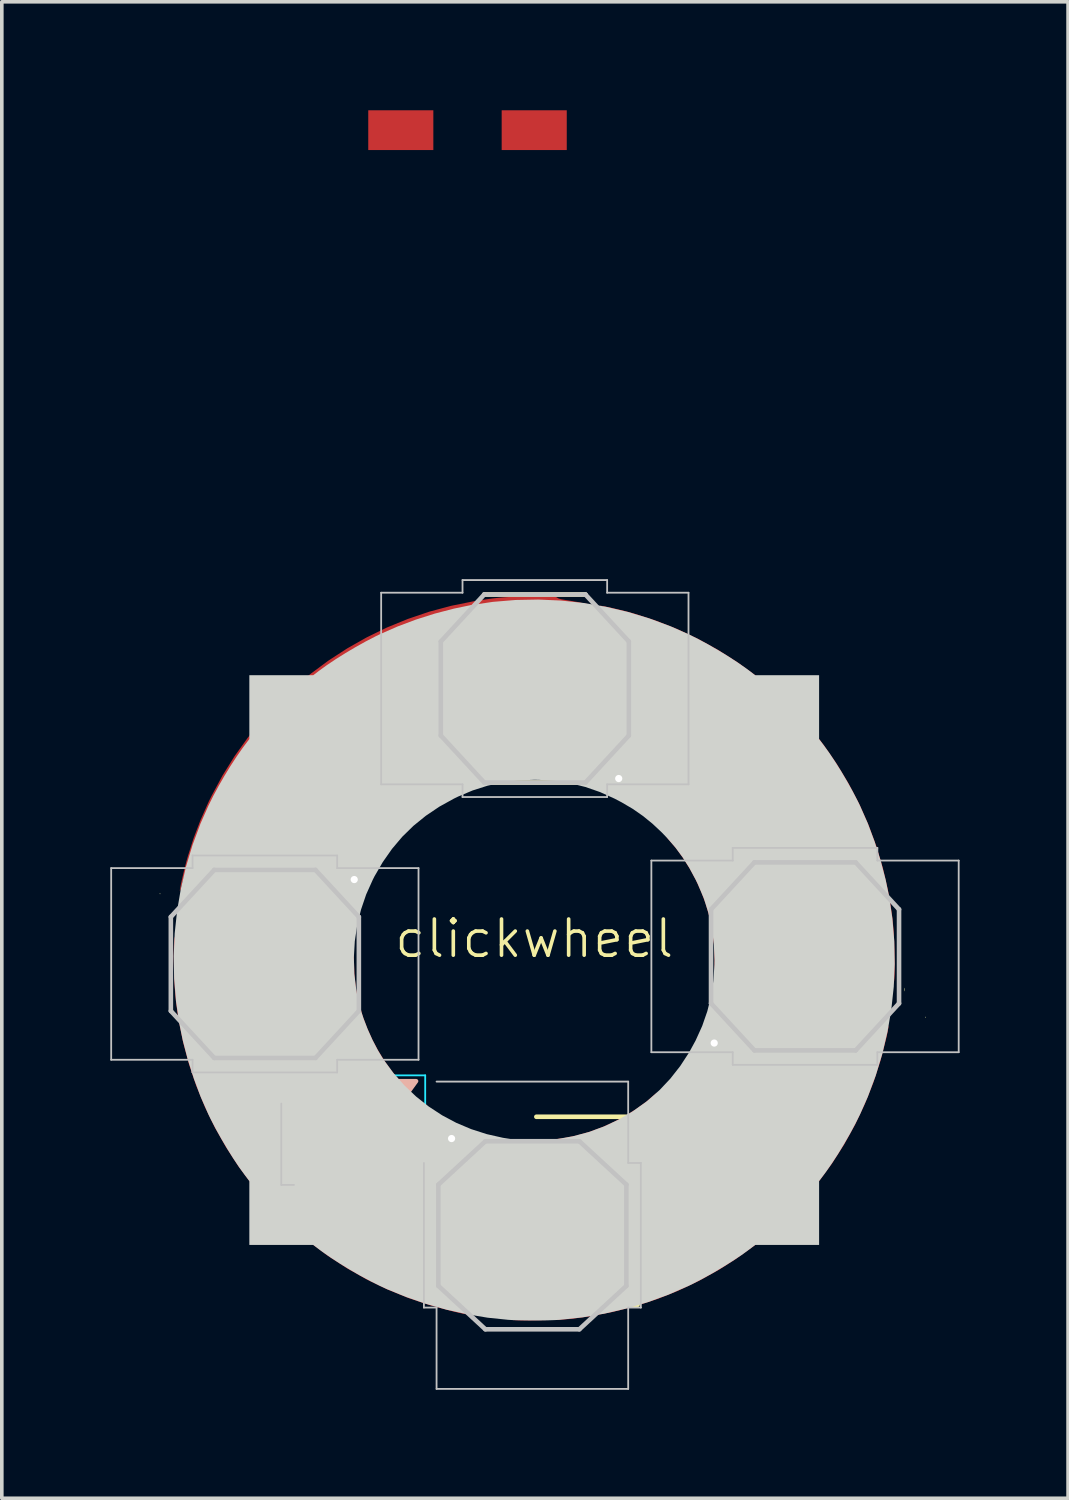
<source format=kicad_pcb>
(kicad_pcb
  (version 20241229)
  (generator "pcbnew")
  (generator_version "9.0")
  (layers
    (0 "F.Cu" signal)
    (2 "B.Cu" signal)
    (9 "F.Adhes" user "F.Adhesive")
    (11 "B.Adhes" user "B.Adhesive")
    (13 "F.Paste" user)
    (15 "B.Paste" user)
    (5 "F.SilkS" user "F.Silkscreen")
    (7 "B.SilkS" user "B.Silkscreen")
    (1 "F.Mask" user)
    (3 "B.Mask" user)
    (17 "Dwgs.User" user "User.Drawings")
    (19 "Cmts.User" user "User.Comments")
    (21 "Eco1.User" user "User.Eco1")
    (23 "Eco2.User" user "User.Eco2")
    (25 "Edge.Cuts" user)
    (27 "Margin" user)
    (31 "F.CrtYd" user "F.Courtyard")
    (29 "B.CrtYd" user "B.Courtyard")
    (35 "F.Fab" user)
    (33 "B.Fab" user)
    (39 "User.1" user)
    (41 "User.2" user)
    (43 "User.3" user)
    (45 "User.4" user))
  (footprint "clickwheel"
    (layer "F.Cu")
    (at 11.725 23.41)
    (property "Reference" "clickwheel" (at 0 -0.5 0) (unlocked yes) (layer "F.SilkS") (effects (font (size 1 1) (thickness 0.1))))
    (attr smd)
    (fp_poly (pts (xy -9.235 -0.594) (xy -9.207 0.056) (xy -9.144 0.686) (xy -9.046 1.297) (xy -8.911 1.89) (xy -8.741 2.466) (xy -8.533 3.026) (xy -8.289 3.573) (xy -8.008 4.106) (xy -7.947 4.212) (xy -7.669 4.662) (xy -7.377 5.08) (xy -7.065 5.478) (xy -6.725 5.865) (xy -6.497 6.102) (xy -6.048 6.528) (xy -5.575 6.921) (xy -5.078 7.282) (xy -4.559 7.608) (xy -4.021 7.9) (xy -3.465 8.156) (xy -2.892 8.375) (xy -2.305 8.557) (xy -1.704 8.701) (xy -1.323 8.771) (xy -1.216 8.787) (xy -1.099 8.803) (xy -0.979 8.819) (xy -0.864 8.832) (xy -0.759 8.843) (xy -0.674 8.85) (xy -0.614 8.854) (xy -0.587 8.852) (xy -0.587 8.852) (xy -0.576 8.828) (xy -0.566 8.799) (xy -0.562 8.776) (xy -0.573 8.761) (xy -0.606 8.749) (xy -0.669 8.736) (xy -0.702 8.731) (xy -1.292 8.615) (xy -1.869 8.461) (xy -2.431 8.27) (xy -2.976 8.043) (xy -3.502 7.78) (xy -4.009 7.483) (xy -4.495 7.151) (xy -4.957 6.787) (xy -5.394 6.391) (xy -5.469 6.318) (xy -5.875 5.885) (xy -6.249 5.429) (xy -6.591 4.951) (xy -6.899 4.453) (xy -7.172 3.937) (xy -7.409 3.406) (xy -7.609 2.86) (xy -7.771 2.303) (xy -7.87 1.858) (xy -7.946 1.407) (xy -7.999 0.947) (xy -8.03 0.487) (xy -8.037 0.035) (xy -8.022 -0.397) (xy -8.003 -0.625) (xy -7.997 -0.678) (xy -7.993 -0.704) (xy -7.989 -0.699) (xy -7.987 -0.662) (xy -7.986 -0.589) (xy -7.984 -0.478) (xy -7.984 -0.461) (xy -7.958 0.118) (xy -7.892 0.69) (xy -7.787 1.255) (xy -7.643 1.809) (xy -7.46 2.351) (xy -7.24 2.879) (xy -6.983 3.392) (xy -6.689 3.886) (xy -6.602 4.018) (xy -6.264 4.488) (xy -5.896 4.929) (xy -5.501 5.34) (xy -5.08 5.721) (xy -4.635 6.071) (xy -4.168 6.388) (xy -3.679 6.672) (xy -3.172 6.922) (xy -2.646 7.136) (xy -2.105 7.314) (xy -1.548 7.455) (xy -0.979 7.557) (xy -0.809 7.58) (xy -0.702 7.593) (xy -0.611 7.604) (xy -0.543 7.612) (xy -0.505 7.615) (xy -0.5 7.615) (xy -0.495 7.596) (xy -0.489 7.562) (xy -0.488 7.543) (xy -0.494 7.528) (xy -0.513 7.514) (xy -0.551 7.501) (xy -0.614 7.486) (xy -0.706 7.466) (xy -0.8 7.447) (xy -1.349 7.316) (xy -1.879 7.149) (xy -2.389 6.945) (xy -2.88 6.706) (xy -3.351 6.431) (xy -3.801 6.122) (xy -4.229 5.777) (xy -4.562 5.47) (xy -4.932 5.08) (xy -5.274 4.661) (xy -5.565 4.248) (xy -5.85 3.778) (xy -6.097 3.297) (xy -6.306 2.804) (xy -6.478 2.294) (xy -6.615 1.767) (xy -6.717 1.22) (xy -6.744 1.027) (xy -6.756 0.925) (xy -6.765 0.821) (xy -6.771 0.707) (xy -6.776 0.577) (xy -6.778 0.423) (xy -6.779 0.24) (xy -6.779 0.114) (xy -6.777 -0.047) (xy -6.775 -0.199) (xy -6.772 -0.335) (xy -6.769 -0.45) (xy -6.764 -0.537) (xy -6.76 -0.591) (xy -6.758 -0.601) (xy -6.751 -0.626) (xy -6.746 -0.624) (xy -6.742 -0.591) (xy -6.738 -0.524) (xy -6.736 -0.42) (xy -6.735 -0.372) (xy -6.71 0.102) (xy -6.649 0.582) (xy -6.553 1.062) (xy -6.425 1.535) (xy -6.266 1.995) (xy -6.078 2.435) (xy -5.895 2.791) (xy -5.613 3.259) (xy -5.305 3.694) (xy -4.97 4.099) (xy -4.609 4.474) (xy -4.219 4.819) (xy -3.801 5.136) (xy -3.509 5.33) (xy -3.054 5.592) (xy -2.579 5.82) (xy -2.086 6.012) (xy -1.58 6.167) (xy -1.063 6.284) (xy -0.541 6.361) (xy -0.472 6.368) (xy -0.434 6.367) (xy -0.415 6.355) (xy -0.407 6.329) (xy -0.405 6.32) (xy -0.401 6.294) (xy -0.403 6.275) (xy -0.42 6.261) (xy -0.457 6.249) (xy -0.521 6.236) (xy -0.618 6.218) (xy -0.623 6.217) (xy -0.78 6.184) (xy -0.962 6.138) (xy -1.158 6.082) (xy -1.353 6.02) (xy -1.529 5.958) (xy -1.979 5.769) (xy -2.414 5.543) (xy -2.831 5.283) (xy -3.226 4.991) (xy -3.598 4.668) (xy -3.943 4.317) (xy -4.259 3.939) (xy -4.544 3.538) (xy -4.623 3.414) (xy -4.871 2.972) (xy -5.082 2.515) (xy -5.254 2.042) (xy -5.388 1.555) (xy -5.48 1.078) (xy -5.495 0.958) (xy -5.508 0.809) (xy -5.519 0.638) (xy -5.528 0.455) (xy -5.533 0.267) (xy -5.537 0.084) (xy -5.536 -0.087) (xy -5.533 -0.236) (xy -5.526 -0.356) (xy -5.523 -0.389) (xy -5.504 -0.553) (xy -5.501 -0.389) (xy -5.496 -0.269) (xy -5.485 -0.121) (xy -5.469 0.042) (xy -5.45 0.207) (xy -5.429 0.362) (xy -5.408 0.493) (xy -5.406 0.503) (xy -5.297 0.976) (xy -5.149 1.436) (xy -4.963 1.88) (xy -4.739 2.309) (xy -4.508 2.678) (xy -4.226 3.057) (xy -3.914 3.409) (xy -3.574 3.733) (xy -3.21 4.028) (xy -2.822 4.292) (xy -2.415 4.523) (xy -1.99 4.72) (xy -1.55 4.881) (xy -1.097 5.006) (xy -0.633 5.092) (xy -0.546 5.103) (xy -0.449 5.114) (xy -0.385 5.118) (xy -0.349 5.115) (xy -0.334 5.106) (xy -0.333 5.104) (xy -0.317 5.094) (xy -0.275 5.087) (xy -0.203 5.082) (xy -0.096 5.079) (xy 0.021 5.079) (xy 0.416 5.065) (xy 0.793 5.021) (xy 1.164 4.947) (xy 1.542 4.839) (xy 1.564 4.832) (xy 1.888 4.711) (xy 2.212 4.564) (xy 2.526 4.396) (xy 2.823 4.21) (xy 3.095 4.013) (xy 3.291 3.846) (xy 3.346 3.798) (xy 3.385 3.766) (xy 3.404 3.756) (xy 3.404 3.759) (xy 3.387 3.781) (xy 3.345 3.824) (xy 3.283 3.885) (xy 3.209 3.955) (xy 3.18 3.982) (xy 2.816 4.293) (xy 2.431 4.569) (xy 2.027 4.809) (xy 1.607 5.013) (xy 1.173 5.181) (xy 0.726 5.311) (xy 0.269 5.404) (xy -0.197 5.458) (xy -0.668 5.473) (xy -1.144 5.448) (xy -1.559 5.394) (xy -1.645 5.379) (xy -1.715 5.366) (xy -1.759 5.356) (xy -1.77 5.352) (xy -1.785 5.363) (xy -1.804 5.395) (xy -1.82 5.432) (xy -1.823 5.457) (xy -1.821 5.459) (xy -1.801 5.466) (xy -1.748 5.482) (xy -1.673 5.503) (xy -1.59 5.526) (xy -1.097 5.641) (xy -0.601 5.715) (xy -0.105 5.749) (xy 0.389 5.744) (xy 0.879 5.701) (xy 1.363 5.619) (xy 1.839 5.499) (xy 2.305 5.342) (xy 2.759 5.149) (xy 3.199 4.919) (xy 3.622 4.653) (xy 4.027 4.353) (xy 4.399 4.03) (xy 4.638 3.79) (xy 4.876 3.522) (xy 5.103 3.237) (xy 5.311 2.945) (xy 5.4 2.809) (xy 5.464 2.702) (xy 5.537 2.573) (xy 5.615 2.432) (xy 5.691 2.286) (xy 5.761 2.147) (xy 5.821 2.023) (xy 5.865 1.924) (xy 5.869 1.914) (xy 5.899 1.843) (xy 5.916 1.809) (xy 5.92 1.811) (xy 5.913 1.847) (xy 5.892 1.915) (xy 5.86 2.014) (xy 5.857 2.023) (xy 5.668 2.524) (xy 5.447 3.003) (xy 5.194 3.459) (xy 4.92 3.876) (xy 4.607 4.279) (xy 4.261 4.661) (xy 3.885 5.018) (xy 3.484 5.346) (xy 3.059 5.644) (xy 2.651 5.888) (xy 2.193 6.117) (xy 1.718 6.31) (xy 1.229 6.466) (xy 0.729 6.585) (xy 0.22 6.666) (xy -0.295 6.709) (xy -0.812 6.714) (xy -1.329 6.68) (xy -1.841 6.606) (xy -1.947 6.587) (xy -2.039 6.569) (xy -2.111 6.555) (xy -2.153 6.545) (xy -2.159 6.544) (xy -2.189 6.548) (xy -2.207 6.586) (xy -2.215 6.628) (xy -2.213 6.646) (xy -2.189 6.656) (xy -2.132 6.672) (xy -2.051 6.695) (xy -1.951 6.721) (xy -1.842 6.75) (xy -1.729 6.778) (xy -1.621 6.805) (xy -1.525 6.827) (xy -1.448 6.844) (xy -1.447 6.844) (xy -0.913 6.934) (xy -0.372 6.985) (xy 0.175 6.996) (xy 0.724 6.968) (xy 1.271 6.9) (xy 1.814 6.794) (xy 1.948 6.761) (xy 2.46 6.611) (xy 2.961 6.423) (xy 3.449 6.197) (xy 3.921 5.937) (xy 4.373 5.645) (xy 4.805 5.321) (xy 5.213 4.968) (xy 5.594 4.587) (xy 5.946 4.181) (xy 6.267 3.751) (xy 6.314 3.681) (xy 6.431 3.5) (xy 6.551 3.301) (xy 6.67 3.091) (xy 6.784 2.88) (xy 6.887 2.675) (xy 6.976 2.486) (xy 7.045 2.321) (xy 7.048 2.314) (xy 7.081 2.231) (xy 7.102 2.185) (xy 7.11 2.175) (xy 7.106 2.199) (xy 7.09 2.256) (xy 7.063 2.343) (xy 7.029 2.444) (xy 6.861 2.901) (xy 6.673 3.336) (xy 6.458 3.758) (xy 6.213 4.178) (xy 6.103 4.35) (xy 5.81 4.768) (xy 5.48 5.173) (xy 5.121 5.56) (xy 4.735 5.926) (xy 4.328 6.265) (xy 3.906 6.571) (xy 3.878 6.59) (xy 3.406 6.884) (xy 2.93 7.14) (xy 2.445 7.359) (xy 1.944 7.543) (xy 1.424 7.696) (xy 1.303 7.726) (xy 0.909 7.814) (xy 0.534 7.879) (xy 0.163 7.923) (xy -0.216 7.949) (xy -0.605 7.956) (xy -0.972 7.95) (xy -1.314 7.93) (xy -1.646 7.895) (xy -1.982 7.843) (xy -2.334 7.773) (xy -2.43 7.753) (xy -2.51 7.738) (xy -2.567 7.729) (xy -2.593 7.727) (xy -2.593 7.727) (xy -2.604 7.751) (xy -2.614 7.78) (xy -2.618 7.803) (xy -2.607 7.821) (xy -2.575 7.838) (xy -2.516 7.859) (xy -2.458 7.877) (xy -1.906 8.024) (xy -1.34 8.133) (xy -0.76 8.203) (xy -0.165 8.236) (xy 0.051 8.238) (xy 0.498 8.229) (xy 0.921 8.201) (xy 1.332 8.152) (xy 1.743 8.082) (xy 2.168 7.987) (xy 2.195 7.981) (xy 2.764 7.819) (xy 3.317 7.62) (xy 3.854 7.384) (xy 4.373 7.114) (xy 4.872 6.811) (xy 5.349 6.475) (xy 5.803 6.109) (xy 6.232 5.713) (xy 6.634 5.289) (xy 7.008 4.839) (xy 7.352 4.363) (xy 7.665 3.863) (xy 7.945 3.341) (xy 7.973 3.283) (xy 8.033 3.156) (xy 8.093 3.025) (xy 8.149 2.901) (xy 8.194 2.795) (xy 8.218 2.735) (xy 8.251 2.653) (xy 8.278 2.589) (xy 8.296 2.55) (xy 8.302 2.541) (xy 8.299 2.562) (xy 8.283 2.615) (xy 8.259 2.693) (xy 8.227 2.79) (xy 8.19 2.898) (xy 8.151 3.012) (xy 8.111 3.123) (xy 8.074 3.226) (xy 8.04 3.315) (xy 8.037 3.324) (xy 7.809 3.853) (xy 7.543 4.373) (xy 7.242 4.88) (xy 6.909 5.369) (xy 6.547 5.836) (xy 6.159 6.277) (xy 5.972 6.47) (xy 5.516 6.897) (xy 5.038 7.29) (xy 4.54 7.648) (xy 4.022 7.97) (xy 3.485 8.256) (xy 2.928 8.506) (xy 2.353 8.719) (xy 1.761 8.896) (xy 1.151 9.036) (xy 0.525 9.138) (xy 0.41 9.153) (xy 0.237 9.169) (xy 0.033 9.183) (xy -0.193 9.192) (xy -0.432 9.198) (xy -0.673 9.199) (xy -0.908 9.197) (xy -1.126 9.19) (xy -1.318 9.179) (xy -1.385 9.173) (xy -1.654 9.144) (xy -1.941 9.105) (xy -2.23 9.058) (xy -2.507 9.006) (xy -2.729 8.958) (xy -2.841 8.933) (xy -2.919 8.918) (xy -2.97 8.915) (xy -2.999 8.924) (xy -3.012 8.945) (xy -3.016 8.979) (xy -3.016 8.979) (xy -3.004 8.998) (xy -2.964 9.019) (xy -2.892 9.046) (xy -2.795 9.075) (xy -2.227 9.225) (xy -1.675 9.34) (xy -1.132 9.422) (xy -0.594 9.472) (xy -0.055 9.489) (xy -0.011 9.49) (xy 0.631 9.471) (xy 1.262 9.415) (xy 1.88 9.324) (xy 2.48 9.198) (xy 3.062 9.036) (xy 3.067 9.034) (xy 3.665 8.825) (xy 4.245 8.579) (xy 4.807 8.298) (xy 5.349 7.983) (xy 5.869 7.636) (xy 6.366 7.258) (xy 6.839 6.85) (xy 7.286 6.414) (xy 7.705 5.951) (xy 8.095 5.463) (xy 8.455 4.951) (xy 8.783 4.417) (xy 9.078 3.861) (xy 9.338 3.285) (xy 9.447 3.011) (xy 9.5 2.865) (xy 9.557 2.7) (xy 9.615 2.525) (xy 9.669 2.354) (xy 9.716 2.196) (xy 9.753 2.064) (xy 9.757 2.045) (xy 9.779 1.963) (xy 9.794 1.917) (xy 9.8 1.907) (xy 9.8 1.927) (xy 9.793 1.977) (xy 9.779 2.052) (xy 9.76 2.15) (xy 9.736 2.257) (xy 9.576 2.879) (xy 9.379 3.484) (xy 9.145 4.072) (xy 8.876 4.642) (xy 8.573 5.191) (xy 8.235 5.72) (xy 7.865 6.226) (xy 7.464 6.708) (xy 7.032 7.165) (xy 6.57 7.595) (xy 6.079 7.998) (xy 5.561 8.371) (xy 5.098 8.665) (xy 4.55 8.969) (xy 3.985 9.237) (xy 3.402 9.469) (xy 2.8 9.664) (xy 2.179 9.823) (xy 1.54 9.946) (xy 1.046 10.014) (xy 0.961 10.022) (xy 0.846 10.03) (xy 0.709 10.037) (xy 0.555 10.043) (xy 0.39 10.048) (xy 0.221 10.052) (xy 0.052 10.056) (xy -0.109 10.058) (xy -0.257 10.058) (xy -0.386 10.058) (xy -0.49 10.055) (xy -0.563 10.051) (xy -0.591 10.048) (xy -0.634 10.033) (xy -0.652 10.015) (xy -0.652 10.013) (xy -0.667 9.999) (xy -0.712 9.985) (xy -0.759 9.976) (xy -1.367 9.87) (xy -1.953 9.732) (xy -2.521 9.56) (xy -3.077 9.354) (xy -3.626 9.111) (xy -3.785 9.033) (xy -4.349 8.729) (xy -4.889 8.393) (xy -5.403 8.024) (xy -5.89 7.626) (xy -6.35 7.197) (xy -6.782 6.74) (xy -7.185 6.256) (xy -7.557 5.745) (xy -7.898 5.208) (xy -8.207 4.647) (xy -8.445 4.15) (xy -8.661 3.621) (xy -8.845 3.08) (xy -8.997 2.522) (xy -9.119 1.945) (xy -9.211 1.343) (xy -9.255 0.934) (xy -9.262 0.832) (xy -9.268 0.698) (xy -9.272 0.54) (xy -9.274 0.366) (xy -9.276 0.183) (xy -9.275 -0.001) (xy -9.273 -0.178) (xy -9.27 -0.34) (xy -9.265 -0.48) (xy -9.259 -0.59) (xy -9.256 -0.625) (xy -9.239 -0.799)) (stroke (width 0) (type solid)) (fill yes) (layer "F.Cu"))
    (fp_poly (pts (xy 0.271 -9.185) (xy 0.45 -9.181) (xy 0.602 -9.174) (xy 0.646 -9.171) (xy 0.913 -9.151) (xy 0.472 -9.138) (xy -0.175 -9.1) (xy -0.805 -9.024) (xy -1.419 -8.91) (xy -2.017 -8.759) (xy -2.6 -8.57) (xy -3.168 -8.343) (xy -3.72 -8.077) (xy -4.258 -7.774) (xy -4.606 -7.553) (xy -5.11 -7.193) (xy -5.585 -6.803) (xy -6.032 -6.386) (xy -6.45 -5.942) (xy -6.836 -5.473) (xy -7.191 -4.981) (xy -7.514 -4.468) (xy -7.802 -3.935) (xy -8.056 -3.383) (xy -8.275 -2.815) (xy -8.456 -2.231) (xy -8.601 -1.634) (xy -8.706 -1.024) (xy -8.72 -0.92) (xy -8.738 -0.777) (xy -8.751 -0.67) (xy -8.758 -0.592) (xy -8.759 -0.54) (xy -8.754 -0.507) (xy -8.743 -0.489) (xy -8.726 -0.48) (xy -8.709 -0.476) (xy -8.671 -0.47) (xy -8.658 -0.469) (xy -8.654 -0.502) (xy -8.643 -0.567) (xy -8.627 -0.657) (xy -8.607 -0.765) (xy -8.584 -0.882) (xy -8.561 -1.001) (xy -8.538 -1.114) (xy -8.517 -1.214) (xy -8.499 -1.293) (xy -8.495 -1.31) (xy -8.341 -1.866) (xy -8.149 -2.412) (xy -7.92 -2.944) (xy -7.657 -3.459) (xy -7.361 -3.957) (xy -7.033 -4.433) (xy -6.676 -4.886) (xy -6.29 -5.312) (xy -5.878 -5.711) (xy -5.44 -6.078) (xy -5.324 -6.167) (xy -4.826 -6.518) (xy -4.313 -6.83) (xy -3.788 -7.104) (xy -3.249 -7.339) (xy -2.697 -7.535) (xy -2.133 -7.692) (xy -1.652 -7.794) (xy -1.318 -7.85) (xy -1.012 -7.892) (xy -0.724 -7.922) (xy -0.442 -7.939) (xy -0.156 -7.945) (xy 0.145 -7.941) (xy 0.154 -7.941) (xy 0.363 -7.934) (xy 0.531 -7.928) (xy 0.658 -7.921) (xy 0.745 -7.915) (xy 0.79 -7.91) (xy 0.796 -7.904) (xy 0.761 -7.899) (xy 0.685 -7.894) (xy 0.569 -7.888) (xy 0.414 -7.883) (xy 0.41 -7.883) (xy 0.182 -7.875) (xy -0.017 -7.865) (xy -0.201 -7.849) (xy -0.382 -7.829) (xy -0.572 -7.801) (xy -0.784 -7.765) (xy -0.851 -7.753) (xy -1.415 -7.63) (xy -1.966 -7.469) (xy -2.502 -7.27) (xy -3.022 -7.034) (xy -3.524 -6.761) (xy -4.007 -6.454) (xy -4.469 -6.111) (xy -4.91 -5.735) (xy -5.185 -5.471) (xy -5.564 -5.063) (xy -5.914 -4.627) (xy -6.234 -4.167) (xy -6.523 -3.685) (xy -6.779 -3.185) (xy -7.001 -2.669) (xy -7.186 -2.142) (xy -7.333 -1.605) (xy -7.439 -1.076) (xy -7.451 -0.995) (xy -7.465 -0.898) (xy -7.48 -0.792) (xy -7.493 -0.686) (xy -7.506 -0.586) (xy -7.515 -0.502) (xy -7.522 -0.44) (xy -7.523 -0.409) (xy -7.523 -0.406) (xy -7.503 -0.402) (xy -7.469 -0.396) (xy -7.45 -0.395) (xy -7.435 -0.401) (xy -7.422 -0.42) (xy -7.408 -0.458) (xy -7.393 -0.521) (xy -7.373 -0.614) (xy -7.353 -0.709) (xy -7.298 -0.965) (xy -7.242 -1.193) (xy -7.183 -1.405) (xy -7.116 -1.613) (xy -7.1 -1.661) (xy -6.899 -2.182) (xy -6.664 -2.681) (xy -6.395 -3.159) (xy -6.094 -3.612) (xy -5.761 -4.041) (xy -5.398 -4.444) (xy -5.007 -4.819) (xy -4.587 -5.165) (xy -4.14 -5.482) (xy -3.668 -5.768) (xy -3.172 -6.021) (xy -3.028 -6.087) (xy -2.567 -6.269) (xy -2.08 -6.422) (xy -1.569 -6.545) (xy -1.037 -6.636) (xy -1.026 -6.638) (xy -0.895 -6.653) (xy -0.736 -6.666) (xy -0.558 -6.677) (xy -0.369 -6.685) (xy -0.176 -6.692) (xy 0.012 -6.695) (xy 0.187 -6.695) (xy 0.34 -6.693) (xy 0.464 -6.686) (xy 0.503 -6.683) (xy 0.667 -6.665) (xy 0.38 -6.65) (xy -0.177 -6.601) (xy -0.716 -6.515) (xy -1.239 -6.391) (xy -1.744 -6.231) (xy -2.232 -6.033) (xy -2.702 -5.799) (xy -3.154 -5.528) (xy -3.513 -5.277) (xy -3.926 -4.945) (xy -4.304 -4.594) (xy -4.649 -4.219) (xy -4.964 -3.819) (xy -5.251 -3.391) (xy -5.511 -2.932) (xy -5.542 -2.872) (xy -5.769 -2.384) (xy -5.956 -1.889) (xy -6.103 -1.385) (xy -6.21 -0.872) (xy -6.268 -0.448) (xy -6.275 -0.379) (xy -6.274 -0.341) (xy -6.262 -0.322) (xy -6.236 -0.314) (xy -6.227 -0.312) (xy -6.197 -0.308) (xy -6.178 -0.313) (xy -6.164 -0.336) (xy -6.151 -0.383) (xy -6.136 -0.462) (xy -6.134 -0.471) (xy -6.024 -0.94) (xy -5.875 -1.402) (xy -5.688 -1.853) (xy -5.466 -2.29) (xy -5.21 -2.708) (xy -4.923 -3.106) (xy -4.606 -3.477) (xy -4.287 -3.799) (xy -3.954 -4.088) (xy -3.599 -4.35) (xy -3.219 -4.589) (xy -2.821 -4.801) (xy -2.411 -4.988) (xy -2.006 -5.14) (xy -1.598 -5.261) (xy -1.177 -5.351) (xy -0.733 -5.415) (xy -0.626 -5.427) (xy -0.518 -5.435) (xy -0.384 -5.441) (xy -0.234 -5.445) (xy -0.076 -5.446) (xy 0.08 -5.446) (xy 0.226 -5.443) (xy 0.352 -5.439) (xy 0.451 -5.432) (xy 0.482 -5.428) (xy 0.605 -5.411) (xy 0.451 -5.408) (xy 0.046 -5.382) (xy -0.369 -5.322) (xy -0.788 -5.229) (xy -1.202 -5.106) (xy -1.604 -4.954) (xy -1.986 -4.776) (xy -2.185 -4.668) (xy -2.598 -4.408) (xy -2.984 -4.118) (xy -3.34 -3.8) (xy -3.667 -3.454) (xy -3.962 -3.082) (xy -4.226 -2.685) (xy -4.456 -2.265) (xy -4.653 -1.822) (xy -4.771 -1.497) (xy -4.815 -1.355) (xy -4.858 -1.203) (xy -4.897 -1.047) (xy -4.934 -0.89) (xy -4.965 -0.74) (xy -4.991 -0.6) (xy -5.01 -0.476) (xy -5.022 -0.372) (xy -5.025 -0.296) (xy -5.018 -0.25) (xy -5.01 -0.24) (xy -5 -0.223) (xy -4.993 -0.176) (xy -4.988 -0.097) (xy -4.986 0.018) (xy -4.986 0.114) (xy -4.972 0.509) (xy -4.928 0.886) (xy -4.854 1.257) (xy -4.746 1.636) (xy -4.739 1.657) (xy -4.618 1.981) (xy -4.471 2.305) (xy -4.303 2.619) (xy -4.117 2.916) (xy -3.92 3.188) (xy -3.753 3.384) (xy -3.704 3.439) (xy -3.672 3.479) (xy -3.661 3.497) (xy -3.662 3.497) (xy -3.687 3.478) (xy -3.734 3.433) (xy -3.796 3.369) (xy -3.869 3.292) (xy -3.947 3.207) (xy -4.025 3.121) (xy -4.097 3.039) (xy -4.158 2.967) (xy -4.175 2.945) (xy -4.353 2.706) (xy -4.528 2.44) (xy -4.692 2.161) (xy -4.813 1.929) (xy -5.006 1.491) (xy -5.16 1.042) (xy -5.274 0.584) (xy -5.348 0.119) (xy -5.381 -0.352) (xy -5.375 -0.828) (xy -5.328 -1.308) (xy -5.312 -1.415) (xy -5.296 -1.517) (xy -5.284 -1.603) (xy -5.277 -1.666) (xy -5.275 -1.698) (xy -5.275 -1.7) (xy -5.299 -1.711) (xy -5.327 -1.721) (xy -5.346 -1.724) (xy -5.362 -1.715) (xy -5.378 -1.688) (xy -5.396 -1.636) (xy -5.42 -1.554) (xy -5.434 -1.503) (xy -5.489 -1.282) (xy -5.542 -1.039) (xy -5.588 -0.79) (xy -5.623 -0.555) (xy -5.625 -0.543) (xy -5.637 -0.416) (xy -5.645 -0.258) (xy -5.65 -0.077) (xy -5.652 0.117) (xy -5.65 0.315) (xy -5.645 0.508) (xy -5.636 0.686) (xy -5.625 0.84) (xy -5.614 0.934) (xy -5.532 1.421) (xy -5.421 1.881) (xy -5.281 2.319) (xy -5.11 2.741) (xy -4.905 3.152) (xy -4.665 3.557) (xy -4.594 3.665) (xy -4.298 4.072) (xy -3.97 4.454) (xy -3.614 4.807) (xy -3.231 5.131) (xy -2.821 5.424) (xy -2.388 5.685) (xy -1.932 5.913) (xy -1.888 5.933) (xy -1.808 5.969) (xy -1.767 5.991) (xy -1.763 5.998) (xy -1.798 5.991) (xy -1.869 5.969) (xy -1.978 5.933) (xy -1.981 5.932) (xy -2.467 5.748) (xy -2.927 5.534) (xy -3.208 5.383) (xy -3.641 5.114) (xy -4.054 4.81) (xy -4.444 4.474) (xy -4.809 4.108) (xy -5.146 3.715) (xy -5.453 3.298) (xy -5.581 3.102) (xy -5.841 2.65) (xy -6.065 2.181) (xy -6.252 1.698) (xy -6.401 1.203) (xy -6.513 0.699) (xy -6.587 0.189) (xy -6.622 -0.325) (xy -6.617 -0.841) (xy -6.574 -1.356) (xy -6.494 -1.845) (xy -6.473 -1.956) (xy -6.461 -2.032) (xy -6.461 -2.081) (xy -6.472 -2.108) (xy -6.495 -2.12) (xy -6.525 -2.122) (xy -6.545 -2.103) (xy -6.571 -2.048) (xy -6.6 -1.962) (xy -6.633 -1.851) (xy -6.668 -1.718) (xy -6.703 -1.568) (xy -6.739 -1.407) (xy -6.772 -1.239) (xy -6.803 -1.069) (xy -6.83 -0.902) (xy -6.832 -0.886) (xy -6.882 -0.425) (xy -6.902 0.055) (xy -6.893 0.543) (xy -6.853 1.03) (xy -6.784 1.507) (xy -6.769 1.588) (xy -6.648 2.12) (xy -6.488 2.639) (xy -6.29 3.145) (xy -6.058 3.634) (xy -5.791 4.106) (xy -5.491 4.557) (xy -5.16 4.986) (xy -4.799 5.39) (xy -4.409 5.767) (xy -3.992 6.116) (xy -3.588 6.407) (xy -3.407 6.524) (xy -3.208 6.644) (xy -2.998 6.763) (xy -2.786 6.877) (xy -2.582 6.981) (xy -2.393 7.069) (xy -2.228 7.139) (xy -2.221 7.141) (xy -2.137 7.174) (xy -2.091 7.195) (xy -2.079 7.204) (xy -2.1 7.201) (xy -2.151 7.187) (xy -2.231 7.162) (xy -2.337 7.127) (xy -2.392 7.108) (xy -2.943 6.897) (xy -3.47 6.653) (xy -3.972 6.376) (xy -4.45 6.066) (xy -4.902 5.725) (xy -5.328 5.352) (xy -5.727 4.948) (xy -6.1 4.513) (xy -6.445 4.048) (xy -6.762 3.552) (xy -6.817 3.458) (xy -7.064 2.99) (xy -7.281 2.5) (xy -7.465 1.99) (xy -7.616 1.467) (xy -7.733 0.935) (xy -7.815 0.398) (xy -7.86 -0.138) (xy -7.868 -0.67) (xy -7.859 -0.907) (xy -7.84 -1.182) (xy -7.817 -1.43) (xy -7.786 -1.665) (xy -7.748 -1.9) (xy -7.711 -2.092) (xy -7.682 -2.231) (xy -7.661 -2.335) (xy -7.647 -2.41) (xy -7.639 -2.46) (xy -7.638 -2.49) (xy -7.642 -2.506) (xy -7.652 -2.513) (xy -7.666 -2.517) (xy -7.676 -2.519) (xy -7.714 -2.527) (xy -7.729 -2.526) (xy -7.742 -2.497) (xy -7.763 -2.435) (xy -7.789 -2.345) (xy -7.82 -2.233) (xy -7.853 -2.105) (xy -7.888 -1.968) (xy -7.922 -1.827) (xy -7.953 -1.689) (xy -7.981 -1.56) (xy -8.004 -1.446) (xy -8.074 -0.996) (xy -8.121 -0.523) (xy -8.143 -0.037) (xy -8.141 0.45) (xy -8.115 0.928) (xy -8.071 1.334) (xy -7.971 1.928) (xy -7.832 2.507) (xy -7.655 3.073) (xy -7.439 3.624) (xy -7.185 4.16) (xy -6.892 4.683) (xy -6.561 5.191) (xy -6.36 5.469) (xy -6.226 5.643) (xy -6.099 5.8) (xy -5.969 5.95) (xy -5.829 6.104) (xy -5.67 6.27) (xy -5.594 6.348) (xy -5.185 6.735) (xy -4.747 7.098) (xy -4.284 7.433) (xy -3.802 7.738) (xy -3.305 8.01) (xy -2.798 8.245) (xy -2.632 8.312) (xy -2.54 8.349) (xy -2.464 8.381) (xy -2.41 8.404) (xy -2.387 8.415) (xy -2.387 8.416) (xy -2.407 8.412) (xy -2.459 8.397) (xy -2.536 8.374) (xy -2.63 8.344) (xy -2.668 8.332) (xy -3.243 8.125) (xy -3.803 7.881) (xy -4.346 7.601) (xy -4.868 7.286) (xy -5.369 6.938) (xy -5.846 6.558) (xy -6.296 6.148) (xy -6.371 6.074) (xy -6.796 5.621) (xy -7.187 5.146) (xy -7.545 4.648) (xy -7.867 4.129) (xy -8.155 3.592) (xy -8.406 3.036) (xy -8.62 2.465) (xy -8.797 1.878) (xy -8.936 1.279) (xy -9.035 0.667) (xy -9.037 0.657) (xy -9.09 0.103) (xy -9.111 -0.461) (xy -9.099 -1.023) (xy -9.054 -1.573) (xy -9.037 -1.712) (xy -9.017 -1.85) (xy -8.991 -2.009) (xy -8.96 -2.179) (xy -8.928 -2.35) (xy -8.896 -2.511) (xy -8.865 -2.65) (xy -8.844 -2.738) (xy -8.823 -2.824) (xy -8.818 -2.879) (xy -8.83 -2.909) (xy -8.861 -2.921) (xy -8.886 -2.923) (xy -8.904 -2.903) (xy -8.929 -2.849) (xy -8.96 -2.764) (xy -8.995 -2.654) (xy -9.033 -2.523) (xy -9.072 -2.376) (xy -9.112 -2.219) (xy -9.151 -2.055) (xy -9.187 -1.89) (xy -9.219 -1.73) (xy -9.222 -1.716) (xy -9.321 -1.08) (xy -9.379 -0.442) (xy -9.396 0.198) (xy -9.373 0.839) (xy -9.308 1.481) (xy -9.211 2.077) (xy -9.074 2.689) (xy -8.897 3.289) (xy -8.683 3.877) (xy -8.432 4.449) (xy -8.146 5.005) (xy -7.827 5.543) (xy -7.474 6.06) (xy -7.089 6.554) (xy -6.674 7.025) (xy -6.23 7.469) (xy -5.757 7.886) (xy -5.355 8.202) (xy -4.887 8.531) (xy -4.413 8.827) (xy -3.928 9.093) (xy -3.427 9.331) (xy -2.903 9.543) (xy -2.352 9.733) (xy -1.939 9.857) (xy -1.865 9.878) (xy -1.829 9.891) (xy -1.828 9.896) (xy -1.86 9.893) (xy -1.921 9.882) (xy -2.01 9.864) (xy -2.124 9.839) (xy -2.216 9.818) (xy -2.846 9.651) (xy -3.457 9.448) (xy -4.048 9.208) (xy -4.62 8.933) (xy -5.172 8.621) (xy -5.704 8.275) (xy -6.214 7.893) (xy -6.704 7.476) (xy -6.968 7.227) (xy -7.405 6.773) (xy -7.812 6.293) (xy -8.186 5.789) (xy -8.528 5.262) (xy -8.837 4.716) (xy -9.11 4.151) (xy -9.348 3.57) (xy -9.548 2.975) (xy -9.711 2.368) (xy -9.834 1.751) (xy -9.839 1.724) (xy -9.875 1.489) (xy -9.904 1.275) (xy -9.926 1.071) (xy -9.943 0.864) (xy -9.954 0.643) (xy -9.963 0.398) (xy -9.965 0.287) (xy -9.969 0.052) (xy -9.969 -0.143) (xy -9.967 -0.3) (xy -9.961 -0.418) (xy -9.952 -0.5) (xy -9.94 -0.546) (xy -9.925 -0.558) (xy -9.913 -0.575) (xy -9.898 -0.629) (xy -9.879 -0.714) (xy -9.859 -0.826) (xy -9.857 -0.84) (xy -9.749 -1.412) (xy -9.614 -1.959) (xy -9.449 -2.488) (xy -9.252 -3.009) (xy -9.021 -3.529) (xy -8.921 -3.733) (xy -8.615 -4.295) (xy -8.277 -4.832) (xy -7.907 -5.344) (xy -7.506 -5.83) (xy -7.074 -6.289) (xy -6.614 -6.72) (xy -6.126 -7.121) (xy -5.611 -7.493) (xy -5.071 -7.833) (xy -4.678 -8.052) (xy -4.114 -8.327) (xy -3.537 -8.565) (xy -2.947 -8.764) (xy -2.34 -8.926) (xy -1.718 -9.05) (xy -1.079 -9.138) (xy -0.851 -9.16) (xy -0.707 -9.17) (xy -0.533 -9.177) (xy -0.338 -9.183) (xy -0.133 -9.186) (xy 0.073 -9.187)) (stroke (width 0) (type solid)) (fill yes) (layer "F.Cu"))
    (fp_poly (pts (xy 1.848 -9.706) (xy 1.91 -9.696) (xy 2 -9.678) (xy 2.111 -9.655) (xy 2.236 -9.626) (xy 2.369 -9.594) (xy 2.505 -9.561) (xy 2.636 -9.526) (xy 2.756 -9.493) (xy 2.77 -9.489) (xy 3.373 -9.293) (xy 3.96 -9.06) (xy 4.531 -8.791) (xy 5.082 -8.487) (xy 5.613 -8.149) (xy 6.122 -7.779) (xy 6.607 -7.377) (xy 7.065 -6.946) (xy 7.496 -6.486) (xy 7.897 -5.999) (xy 8.012 -5.848) (xy 8.373 -5.325) (xy 8.7 -4.782) (xy 8.992 -4.221) (xy 9.247 -3.643) (xy 9.465 -3.051) (xy 9.645 -2.447) (xy 9.785 -1.834) (xy 9.839 -1.538) (xy 9.875 -1.303) (xy 9.904 -1.089) (xy 9.926 -0.884) (xy 9.943 -0.678) (xy 9.954 -0.457) (xy 9.963 -0.212) (xy 9.965 -0.101) (xy 9.969 0.134) (xy 9.969 0.329) (xy 9.967 0.486) (xy 9.961 0.604) (xy 9.952 0.686) (xy 9.94 0.732) (xy 9.925 0.744) (xy 9.913 0.762) (xy 9.898 0.815) (xy 9.879 0.9) (xy 9.859 1.012) (xy 9.857 1.027) (xy 9.734 1.659) (xy 9.573 2.277) (xy 9.373 2.879) (xy 9.136 3.467) (xy 8.86 4.04) (xy 8.546 4.599) (xy 8.374 4.874) (xy 8.017 5.388) (xy 7.628 5.876) (xy 7.21 6.338) (xy 6.764 6.772) (xy 6.291 7.177) (xy 5.794 7.552) (xy 5.274 7.896) (xy 4.733 8.206) (xy 4.172 8.483) (xy 3.594 8.724) (xy 2.999 8.929) (xy 2.472 9.077) (xy 2.025 9.177) (xy 1.562 9.258) (xy 1.093 9.319) (xy 0.625 9.36) (xy 0.169 9.379) (xy -0.266 9.375) (xy -0.462 9.366) (xy -0.597 9.357) (xy -0.694 9.35) (xy -0.754 9.344) (xy -0.776 9.34) (xy -0.759 9.335) (xy -0.702 9.331) (xy -0.606 9.327) (xy -0.469 9.322) (xy -0.405 9.32) (xy 0.238 9.278) (xy 0.867 9.198) (xy 1.481 9.08) (xy 2.079 8.925) (xy 2.662 8.732) (xy 3.227 8.503) (xy 3.775 8.237) (xy 4.304 7.935) (xy 4.814 7.597) (xy 5.304 7.224) (xy 5.773 6.815) (xy 6.105 6.492) (xy 6.527 6.032) (xy 6.916 5.55) (xy 7.27 5.046) (xy 7.589 4.522) (xy 7.872 3.98) (xy 8.119 3.42) (xy 8.329 2.844) (xy 8.501 2.253) (xy 8.634 1.649) (xy 8.72 1.106) (xy 8.738 0.963) (xy 8.751 0.856) (xy 8.758 0.778) (xy 8.759 0.726) (xy 8.754 0.694) (xy 8.743 0.675) (xy 8.726 0.666) (xy 8.71 0.663) (xy 8.673 0.662) (xy 8.655 0.685) (xy 8.648 0.717) (xy 8.556 1.202) (xy 8.452 1.654) (xy 8.333 2.08) (xy 8.196 2.485) (xy 8.041 2.876) (xy 7.863 3.259) (xy 7.661 3.642) (xy 7.432 4.03) (xy 7.392 4.094) (xy 7.066 4.574) (xy 6.709 5.031) (xy 6.321 5.462) (xy 5.905 5.866) (xy 5.464 6.242) (xy 4.998 6.588) (xy 4.511 6.902) (xy 4.004 7.184) (xy 3.48 7.43) (xy 2.941 7.641) (xy 2.389 7.814) (xy 2.217 7.859) (xy 1.715 7.97) (xy 1.206 8.053) (xy 0.698 8.106) (xy 0.2 8.13) (xy -0.215 8.126) (xy -0.402 8.118) (xy -0.548 8.11) (xy -0.653 8.104) (xy -0.719 8.098) (xy -0.745 8.092) (xy -0.731 8.086) (xy -0.678 8.081) (xy -0.587 8.076) (xy -0.457 8.071) (xy -0.41 8.069) (xy 0.175 8.032) (xy 0.741 7.959) (xy 1.29 7.85) (xy 1.824 7.705) (xy 2.345 7.522) (xy 2.856 7.302) (xy 3.047 7.209) (xy 3.554 6.93) (xy 4.037 6.619) (xy 4.494 6.278) (xy 4.924 5.908) (xy 5.325 5.51) (xy 5.698 5.087) (xy 6.04 4.639) (xy 6.35 4.169) (xy 6.628 3.677) (xy 6.871 3.166) (xy 7.08 2.636) (xy 7.252 2.09) (xy 7.387 1.529) (xy 7.417 1.375) (xy 7.433 1.285) (xy 7.449 1.179) (xy 7.467 1.064) (xy 7.483 0.947) (xy 7.498 0.836) (xy 7.51 0.738) (xy 7.519 0.659) (xy 7.523 0.609) (xy 7.522 0.593) (xy 7.502 0.588) (xy 7.469 0.582) (xy 7.45 0.581) (xy 7.435 0.587) (xy 7.422 0.606) (xy 7.408 0.644) (xy 7.393 0.707) (xy 7.373 0.8) (xy 7.353 0.895) (xy 7.29 1.184) (xy 7.226 1.441) (xy 7.157 1.676) (xy 7.115 1.806) (xy 6.919 2.322) (xy 6.687 2.82) (xy 6.423 3.297) (xy 6.127 3.751) (xy 5.8 4.18) (xy 5.444 4.583) (xy 5.061 4.957) (xy 4.651 5.301) (xy 4.596 5.344) (xy 4.149 5.661) (xy 3.693 5.94) (xy 3.225 6.181) (xy 2.742 6.387) (xy 2.241 6.559) (xy 1.719 6.696) (xy 1.174 6.801) (xy 0.954 6.834) (xy 0.842 6.846) (xy 0.7 6.856) (xy 0.536 6.865) (xy 0.358 6.872) (xy 0.176 6.877) (xy -0.003 6.88) (xy -0.169 6.88) (xy -0.315 6.877) (xy -0.431 6.872) (xy -0.462 6.869) (xy -0.646 6.851) (xy -0.369 6.836) (xy 0.184 6.786) (xy 0.722 6.698) (xy 1.244 6.573) (xy 1.75 6.411) (xy 2.238 6.214) (xy 2.706 5.982) (xy 3.155 5.715) (xy 3.582 5.414) (xy 3.987 5.08) (xy 4.368 4.712) (xy 4.724 4.312) (xy 4.937 4.043) (xy 5.202 3.66) (xy 5.443 3.251) (xy 5.659 2.82) (xy 5.847 2.374) (xy 6.004 1.92) (xy 6.127 1.464) (xy 6.214 1.013) (xy 6.224 0.945) (xy 6.244 0.801) (xy 6.259 0.693) (xy 6.268 0.615) (xy 6.273 0.562) (xy 6.272 0.53) (xy 6.265 0.512) (xy 6.254 0.504) (xy 6.238 0.5) (xy 6.227 0.498) (xy 6.184 0.498) (xy 6.166 0.511) (xy 6.159 0.539) (xy 6.145 0.599) (xy 6.127 0.681) (xy 6.106 0.779) (xy 6.104 0.791) (xy 5.98 1.268) (xy 5.818 1.734) (xy 5.617 2.188) (xy 5.377 2.628) (xy 5.101 3.053) (xy 4.923 3.294) (xy 4.827 3.411) (xy 4.707 3.546) (xy 4.572 3.691) (xy 4.431 3.837) (xy 4.29 3.976) (xy 4.159 4.098) (xy 4.079 4.169) (xy 3.705 4.462) (xy 3.308 4.726) (xy 2.891 4.96) (xy 2.458 5.162) (xy 2.015 5.33) (xy 1.566 5.461) (xy 1.114 5.554) (xy 1.008 5.571) (xy 0.835 5.591) (xy 0.64 5.609) (xy 0.433 5.622) (xy 0.222 5.63) (xy 0.016 5.635) (xy -0.177 5.634) (xy -0.347 5.629) (xy -0.487 5.618) (xy -0.503 5.616) (xy -0.547 5.61) (xy -0.568 5.605) (xy -0.56 5.6) (xy -0.521 5.596) (xy -0.448 5.592) (xy -0.339 5.586) (xy 0.144 5.541) (xy 0.616 5.457) (xy 1.075 5.335) (xy 1.52 5.175) (xy 1.949 4.98) (xy 2.36 4.748) (xy 2.752 4.483) (xy 3.123 4.183) (xy 3.471 3.851) (xy 3.794 3.487) (xy 3.929 3.316) (xy 4.133 3.023) (xy 4.326 2.7) (xy 4.503 2.358) (xy 4.657 2.006) (xy 4.785 1.656) (xy 4.82 1.542) (xy 4.858 1.405) (xy 4.894 1.259) (xy 4.928 1.11) (xy 4.958 0.962) (xy 4.983 0.822) (xy 5.003 0.695) (xy 5.016 0.587) (xy 5.022 0.502) (xy 5.02 0.446) (xy 5.01 0.426) (xy 5 0.408) (xy 4.993 0.361) (xy 4.988 0.281) (xy 4.986 0.164) (xy 4.986 0.072) (xy 4.972 -0.323) (xy 4.928 -0.7) (xy 4.854 -1.071) (xy 4.746 -1.449) (xy 4.739 -1.471) (xy 4.618 -1.795) (xy 4.471 -2.119) (xy 4.303 -2.433) (xy 4.117 -2.73) (xy 3.92 -3.002) (xy 3.753 -3.198) (xy 3.705 -3.253) (xy 3.673 -3.292) (xy 3.662 -3.311) (xy 3.664 -3.311) (xy 3.691 -3.291) (xy 3.739 -3.244) (xy 3.804 -3.177) (xy 3.879 -3.095) (xy 3.961 -3.004) (xy 4.044 -2.909) (xy 4.124 -2.815) (xy 4.195 -2.729) (xy 4.235 -2.678) (xy 4.496 -2.306) (xy 4.728 -1.911) (xy 4.927 -1.5) (xy 5.091 -1.079) (xy 5.16 -0.859) (xy 5.274 -0.398) (xy 5.347 0.071) (xy 5.38 0.546) (xy 5.373 1.025) (xy 5.325 1.505) (xy 5.312 1.597) (xy 5.296 1.699) (xy 5.284 1.786) (xy 5.277 1.85) (xy 5.275 1.883) (xy 5.275 1.886) (xy 5.299 1.897) (xy 5.326 1.907) (xy 5.349 1.909) (xy 5.367 1.896) (xy 5.384 1.86) (xy 5.405 1.793) (xy 5.412 1.771) (xy 5.532 1.281) (xy 5.612 0.785) (xy 5.653 0.283) (xy 5.653 -0.22) (xy 5.614 -0.722) (xy 5.535 -1.221) (xy 5.417 -1.714) (xy 5.405 -1.754) (xy 5.249 -2.218) (xy 5.056 -2.669) (xy 4.827 -3.105) (xy 4.565 -3.522) (xy 4.272 -3.918) (xy 3.95 -4.29) (xy 3.6 -4.635) (xy 3.226 -4.951) (xy 2.829 -5.235) (xy 2.727 -5.3) (xy 2.623 -5.362) (xy 2.501 -5.432) (xy 2.368 -5.505) (xy 2.232 -5.577) (xy 2.101 -5.644) (xy 1.985 -5.702) (xy 1.889 -5.745) (xy 1.838 -5.766) (xy 1.774 -5.791) (xy 1.746 -5.806) (xy 1.748 -5.81) (xy 1.778 -5.806) (xy 1.831 -5.793) (xy 1.902 -5.772) (xy 1.988 -5.744) (xy 2.013 -5.735) (xy 2.512 -5.542) (xy 2.99 -5.314) (xy 3.444 -5.053) (xy 3.875 -4.759) (xy 4.28 -4.434) (xy 4.659 -4.079) (xy 5.011 -3.694) (xy 5.333 -3.281) (xy 5.626 -2.84) (xy 5.887 -2.374) (xy 5.911 -2.328) (xy 6.123 -1.86) (xy 6.299 -1.376) (xy 6.437 -0.88) (xy 6.538 -0.374) (xy 6.6 0.138) (xy 6.624 0.653) (xy 6.609 1.169) (xy 6.555 1.682) (xy 6.494 2.031) (xy 6.473 2.142) (xy 6.461 2.218) (xy 6.461 2.267) (xy 6.472 2.295) (xy 6.494 2.306) (xy 6.52 2.309) (xy 6.535 2.304) (xy 6.55 2.286) (xy 6.567 2.25) (xy 6.586 2.191) (xy 6.612 2.104) (xy 6.644 1.983) (xy 6.658 1.93) (xy 6.778 1.388) (xy 6.859 0.843) (xy 6.899 0.296) (xy 6.9 -0.25) (xy 6.861 -0.793) (xy 6.783 -1.332) (xy 6.666 -1.863) (xy 6.509 -2.386) (xy 6.314 -2.898) (xy 6.145 -3.269) (xy 5.88 -3.765) (xy 5.582 -4.236) (xy 5.254 -4.681) (xy 4.896 -5.098) (xy 4.509 -5.488) (xy 4.093 -5.848) (xy 3.651 -6.178) (xy 3.182 -6.476) (xy 3.18 -6.477) (xy 3.053 -6.549) (xy 2.904 -6.629) (xy 2.743 -6.711) (xy 2.581 -6.791) (xy 2.429 -6.863) (xy 2.296 -6.923) (xy 2.242 -6.945) (xy 2.168 -6.976) (xy 2.112 -7.001) (xy 2.082 -7.017) (xy 2.08 -7.02) (xy 2.102 -7.017) (xy 2.156 -7.002) (xy 2.236 -6.976) (xy 2.335 -6.942) (xy 2.447 -6.903) (xy 2.566 -6.86) (xy 2.686 -6.815) (xy 2.8 -6.772) (xy 2.902 -6.732) (xy 2.985 -6.697) (xy 2.993 -6.694) (xy 3.514 -6.446) (xy 4.013 -6.163) (xy 4.49 -5.848) (xy 4.942 -5.501) (xy 5.368 -5.123) (xy 5.766 -4.717) (xy 6.135 -4.284) (xy 6.474 -3.825) (xy 6.757 -3.38) (xy 7.024 -2.888) (xy 7.255 -2.379) (xy 7.45 -1.854) (xy 7.609 -1.317) (xy 7.73 -0.771) (xy 7.813 -0.218) (xy 7.858 0.339) (xy 7.865 0.898) (xy 7.833 1.455) (xy 7.761 2.008) (xy 7.711 2.278) (xy 7.682 2.417) (xy 7.661 2.522) (xy 7.647 2.596) (xy 7.639 2.646) (xy 7.638 2.676) (xy 7.642 2.692) (xy 7.652 2.7) (xy 7.666 2.703) (xy 7.676 2.705) (xy 7.714 2.712) (xy 7.729 2.711) (xy 7.742 2.683) (xy 7.763 2.621) (xy 7.789 2.532) (xy 7.819 2.42) (xy 7.852 2.293) (xy 7.887 2.157) (xy 7.92 2.017) (xy 7.952 1.88) (xy 7.98 1.752) (xy 8.003 1.639) (xy 8.004 1.632) (xy 8.074 1.181) (xy 8.121 0.707) (xy 8.143 0.22) (xy 8.141 -0.27) (xy 8.113 -0.751) (xy 8.072 -1.138) (xy 7.973 -1.727) (xy 7.835 -2.305) (xy 7.659 -2.87) (xy 7.446 -3.421) (xy 7.195 -3.955) (xy 6.909 -4.472) (xy 6.587 -4.971) (xy 6.23 -5.449) (xy 5.84 -5.906) (xy 5.416 -6.339) (xy 5.375 -6.379) (xy 4.987 -6.722) (xy 4.562 -7.052) (xy 4.104 -7.366) (xy 3.759 -7.579) (xy 3.627 -7.654) (xy 3.471 -7.737) (xy 3.301 -7.824) (xy 3.127 -7.91) (xy 2.957 -7.991) (xy 2.8 -8.061) (xy 2.666 -8.118) (xy 2.621 -8.135) (xy 2.544 -8.165) (xy 2.485 -8.189) (xy 2.452 -8.205) (xy 2.448 -8.209) (xy 2.47 -8.206) (xy 2.525 -8.192) (xy 2.605 -8.167) (xy 2.705 -8.134) (xy 2.817 -8.096) (xy 2.936 -8.054) (xy 3.056 -8.011) (xy 3.169 -7.969) (xy 3.242 -7.94) (xy 3.803 -7.695) (xy 4.346 -7.415) (xy 4.868 -7.1) (xy 5.368 -6.753) (xy 5.843 -6.374) (xy 6.293 -5.965) (xy 6.714 -5.528) (xy 7.106 -5.064) (xy 7.222 -4.913) (xy 7.583 -4.402) (xy 7.905 -3.875) (xy 8.19 -3.334) (xy 8.437 -2.777) (xy 8.646 -2.205) (xy 8.817 -1.616) (xy 8.95 -1.012) (xy 9.046 -0.391) (xy 9.089 0.021) (xy 9.097 0.16) (xy 9.104 0.33) (xy 9.107 0.52) (xy 9.108 0.72) (xy 9.107 0.919) (xy 9.103 1.107) (xy 9.097 1.274) (xy 9.089 1.396) (xy 9.063 1.656) (xy 9.03 1.927) (xy 8.989 2.199) (xy 8.944 2.462) (xy 8.895 2.705) (xy 8.845 2.917) (xy 8.844 2.923) (xy 8.826 2.998) (xy 8.815 3.057) (xy 8.814 3.09) (xy 8.814 3.092) (xy 8.841 3.106) (xy 8.871 3.109) (xy 8.89 3.106) (xy 8.906 3.093) (xy 8.922 3.063) (xy 8.942 3.013) (xy 8.966 2.934) (xy 8.998 2.823) (xy 9.002 2.806) (xy 9.13 2.317) (xy 9.231 1.848) (xy 9.307 1.39) (xy 9.359 0.934) (xy 9.388 0.469) (xy 9.396 0.042) (xy 9.376 -0.603) (xy 9.315 -1.24) (xy 9.215 -1.869) (xy 9.075 -2.489) (xy 8.896 -3.098) (xy 8.678 -3.696) (xy 8.422 -4.28) (xy 8.128 -4.849) (xy 7.796 -5.403) (xy 7.687 -5.57) (xy 7.326 -6.073) (xy 6.933 -6.553) (xy 6.511 -7.008) (xy 6.06 -7.437) (xy 5.584 -7.837) (xy 5.086 -8.208) (xy 4.566 -8.548) (xy 4.028 -8.854) (xy 3.473 -9.126) (xy 2.905 -9.362) (xy 2.324 -9.559) (xy 2.187 -9.6) (xy 2.075 -9.631) (xy 1.976 -9.659) (xy 1.897 -9.68) (xy 1.844 -9.692) (xy 1.828 -9.695) (xy 1.811 -9.701) (xy 1.818 -9.706)) (stroke (width 0) (type solid)) (fill yes) (layer "F.Cu"))
    (fp_poly (pts (xy 0.146 -9.961) (xy 0.291 -9.96) (xy 0.405 -9.959) (xy 0.49 -9.956) (xy 0.551 -9.953) (xy 0.593 -9.948) (xy 0.619 -9.941) (xy 0.634 -9.933) (xy 0.64 -9.927) (xy 0.68 -9.904) (xy 0.759 -9.883) (xy 0.841 -9.87) (xy 1.227 -9.806) (xy 1.633 -9.718) (xy 2.049 -9.61) (xy 2.465 -9.483) (xy 2.871 -9.341) (xy 3.257 -9.187) (xy 3.359 -9.142) (xy 3.944 -8.86) (xy 4.503 -8.546) (xy 5.037 -8.2) (xy 5.544 -7.823) (xy 6.024 -7.416) (xy 6.476 -6.979) (xy 6.9 -6.514) (xy 7.294 -6.02) (xy 7.657 -5.5) (xy 7.99 -4.952) (xy 8.292 -4.379) (xy 8.301 -4.36) (xy 8.537 -3.836) (xy 8.739 -3.31) (xy 8.908 -2.776) (xy 9.045 -2.229) (xy 9.152 -1.663) (xy 9.231 -1.074) (xy 9.255 -0.831) (xy 9.262 -0.725) (xy 9.267 -0.59) (xy 9.271 -0.432) (xy 9.274 -0.259) (xy 9.275 -0.078) (xy 9.275 0.102) (xy 9.273 0.275) (xy 9.27 0.433) (xy 9.265 0.568) (xy 9.259 0.673) (xy 9.256 0.708) (xy 9.238 0.872) (xy 9.236 0.684) (xy 9.207 0.03) (xy 9.142 -0.606) (xy 9.041 -1.223) (xy 8.903 -1.824) (xy 8.729 -2.407) (xy 8.566 -2.853) (xy 8.326 -3.405) (xy 8.05 -3.943) (xy 7.738 -4.463) (xy 7.393 -4.964) (xy 7.017 -5.441) (xy 6.613 -5.894) (xy 6.181 -6.318) (xy 5.725 -6.712) (xy 5.488 -6.896) (xy 4.982 -7.252) (xy 4.456 -7.573) (xy 3.914 -7.859) (xy 3.356 -8.107) (xy 2.785 -8.318) (xy 2.202 -8.491) (xy 1.611 -8.624) (xy 1.169 -8.697) (xy 0.997 -8.721) (xy 0.861 -8.739) (xy 0.757 -8.752) (xy 0.681 -8.76) (xy 0.629 -8.764) (xy 0.597 -8.763) (xy 0.58 -8.758) (xy 0.575 -8.75) (xy 0.574 -8.748) (xy 0.567 -8.707) (xy 0.563 -8.693) (xy 0.565 -8.675) (xy 0.592 -8.661) (xy 0.649 -8.647) (xy 0.701 -8.638) (xy 1.297 -8.522) (xy 1.874 -8.369) (xy 2.433 -8.18) (xy 2.975 -7.953) (xy 3.502 -7.689) (xy 4.015 -7.386) (xy 4.493 -7.061) (xy 4.946 -6.707) (xy 5.375 -6.321) (xy 5.777 -5.906) (xy 6.152 -5.464) (xy 6.497 -4.998) (xy 6.81 -4.51) (xy 7.091 -4.003) (xy 7.337 -3.479) (xy 7.548 -2.941) (xy 7.72 -2.39) (xy 7.766 -2.217) (xy 7.877 -1.711) (xy 7.96 -1.196) (xy 8.014 -0.678) (xy 8.037 -0.167) (xy 8.03 0.332) (xy 8.003 0.718) (xy 7.997 0.771) (xy 7.993 0.796) (xy 7.989 0.791) (xy 7.987 0.753) (xy 7.986 0.68) (xy 7.984 0.568) (xy 7.984 0.554) (xy 7.958 -0.022) (xy 7.893 -0.592) (xy 7.788 -1.154) (xy 7.645 -1.706) (xy 7.464 -2.247) (xy 7.247 -2.773) (xy 6.992 -3.282) (xy 6.703 -3.772) (xy 6.62 -3.898) (xy 6.437 -4.163) (xy 6.254 -4.408) (xy 6.061 -4.643) (xy 5.852 -4.879) (xy 5.616 -5.126) (xy 5.605 -5.137) (xy 5.194 -5.526) (xy 4.757 -5.884) (xy 4.295 -6.21) (xy 3.812 -6.504) (xy 3.309 -6.764) (xy 2.788 -6.989) (xy 2.253 -7.177) (xy 1.704 -7.328) (xy 1.282 -7.416) (xy 1.192 -7.432) (xy 1.085 -7.448) (xy 0.97 -7.466) (xy 0.853 -7.482) (xy 0.742 -7.497) (xy 0.644 -7.509) (xy 0.566 -7.518) (xy 0.515 -7.522) (xy 0.5 -7.522) (xy 0.495 -7.502) (xy 0.489 -7.469) (xy 0.488 -7.45) (xy 0.494 -7.434) (xy 0.513 -7.421) (xy 0.551 -7.408) (xy 0.614 -7.393) (xy 0.706 -7.373) (xy 0.8 -7.354) (xy 1.329 -7.229) (xy 1.834 -7.073) (xy 2.319 -6.884) (xy 2.789 -6.66) (xy 3.248 -6.399) (xy 3.585 -6.18) (xy 4.025 -5.853) (xy 4.437 -5.497) (xy 4.821 -5.111) (xy 5.174 -4.698) (xy 5.498 -4.258) (xy 5.791 -3.791) (xy 6.052 -3.299) (xy 6.064 -3.272) (xy 6.28 -2.779) (xy 6.458 -2.272) (xy 6.598 -1.75) (xy 6.702 -1.212) (xy 6.769 -0.655) (xy 6.77 -0.646) (xy 6.777 -0.527) (xy 6.783 -0.381) (xy 6.786 -0.217) (xy 6.788 -0.045) (xy 6.787 0.123) (xy 6.784 0.28) (xy 6.779 0.413) (xy 6.772 0.503) (xy 6.759 0.646) (xy 6.744 0.441) (xy 6.72 0.13) (xy 6.692 -0.148) (xy 6.66 -0.401) (xy 6.623 -0.635) (xy 6.579 -0.859) (xy 6.527 -1.081) (xy 6.493 -1.215) (xy 6.339 -1.707) (xy 6.148 -2.186) (xy 5.92 -2.65) (xy 5.658 -3.097) (xy 5.363 -3.524) (xy 5.037 -3.928) (xy 4.681 -4.307) (xy 4.298 -4.658) (xy 3.919 -4.958) (xy 3.471 -5.261) (xy 3.01 -5.525) (xy 2.533 -5.752) (xy 2.042 -5.94) (xy 1.535 -6.09) (xy 1.015 -6.201) (xy 0.541 -6.268) (xy 0.472 -6.275) (xy 0.434 -6.274) (xy 0.415 -6.262) (xy 0.407 -6.236) (xy 0.405 -6.227) (xy 0.401 -6.197) (xy 0.406 -6.178) (xy 0.429 -6.164) (xy 0.476 -6.151) (xy 0.556 -6.136) (xy 0.564 -6.134) (xy 1.01 -6.031) (xy 1.454 -5.889) (xy 1.891 -5.711) (xy 2.317 -5.5) (xy 2.725 -5.259) (xy 3.11 -4.99) (xy 3.469 -4.696) (xy 3.57 -4.603) (xy 3.861 -4.315) (xy 4.119 -4.028) (xy 4.351 -3.731) (xy 4.563 -3.419) (xy 4.761 -3.081) (xy 4.946 -2.718) (xy 5.143 -2.263) (xy 5.301 -1.793) (xy 5.421 -1.308) (xy 5.502 -0.81) (xy 5.519 -0.659) (xy 5.526 -0.562) (xy 5.531 -0.436) (xy 5.535 -0.291) (xy 5.537 -0.135) (xy 5.537 0.024) (xy 5.535 0.176) (xy 5.532 0.312) (xy 5.526 0.425) (xy 5.52 0.503) (xy 5.505 0.626) (xy 5.501 0.492) (xy 5.471 0.03) (xy 5.401 -0.434) (xy 5.292 -0.893) (xy 5.147 -1.343) (xy 4.967 -1.778) (xy 4.895 -1.927) (xy 4.704 -2.28) (xy 4.494 -2.608) (xy 4.26 -2.919) (xy 3.995 -3.223) (xy 3.808 -3.416) (xy 3.457 -3.738) (xy 3.086 -4.025) (xy 2.693 -4.278) (xy 2.277 -4.498) (xy 1.836 -4.687) (xy 1.473 -4.813) (xy 1.347 -4.849) (xy 1.209 -4.885) (xy 1.065 -4.919) (xy 0.92 -4.949) (xy 0.779 -4.976) (xy 0.648 -4.997) (xy 0.533 -5.013) (xy 0.438 -5.022) (xy 0.37 -5.023) (xy 0.333 -5.016) (xy 0.328 -5.009) (xy 0.313 -5) (xy 0.267 -4.993) (xy 0.187 -4.988) (xy 0.07 -4.986) (xy -0.019 -4.986) (xy -0.412 -4.972) (xy -0.786 -4.929) (xy -1.155 -4.856) (xy -1.53 -4.75) (xy -1.564 -4.739) (xy -1.935 -4.599) (xy -2.302 -4.426) (xy -2.656 -4.225) (xy -2.988 -4.001) (xy -3.291 -3.758) (xy -3.293 -3.756) (xy -3.323 -3.731) (xy -3.324 -3.733) (xy -3.3 -3.759) (xy -3.252 -3.808) (xy -3.211 -3.85) (xy -2.889 -4.139) (xy -2.537 -4.404) (xy -2.16 -4.642) (xy -1.761 -4.849) (xy -1.346 -5.026) (xy -0.917 -5.168) (xy -0.48 -5.275) (xy -0.338 -5.302) (xy 0.008 -5.349) (xy 0.37 -5.374) (xy 0.735 -5.378) (xy 1.094 -5.361) (xy 1.434 -5.323) (xy 1.597 -5.295) (xy 1.788 -5.258) (xy 1.808 -5.309) (xy 1.82 -5.349) (xy 1.821 -5.366) (xy 1.798 -5.375) (xy 1.742 -5.391) (xy 1.662 -5.413) (xy 1.566 -5.438) (xy 1.46 -5.465) (xy 1.353 -5.491) (xy 1.253 -5.514) (xy 1.168 -5.533) (xy 1.141 -5.539) (xy 0.931 -5.578) (xy 0.724 -5.608) (xy 0.511 -5.628) (xy 0.281 -5.641) (xy 0.024 -5.647) (xy -0.103 -5.648) (xy -0.381 -5.645) (xy -0.63 -5.634) (xy -0.861 -5.613) (xy -1.086 -5.582) (xy -1.316 -5.539) (xy -1.562 -5.483) (xy -1.626 -5.466) (xy -2.108 -5.324) (xy -2.573 -5.144) (xy -3.02 -4.929) (xy -3.447 -4.68) (xy -3.853 -4.398) (xy -4.235 -4.086) (xy -4.592 -3.743) (xy -4.923 -3.373) (xy -5.225 -2.976) (xy -5.497 -2.554) (xy -5.737 -2.108) (xy -5.821 -1.929) (xy -5.863 -1.836) (xy -5.891 -1.781) (xy -5.904 -1.764) (xy -5.902 -1.784) (xy -5.885 -1.842) (xy -5.854 -1.938) (xy -5.84 -1.981) (xy -5.65 -2.48) (xy -5.425 -2.958) (xy -5.166 -3.414) (xy -4.874 -3.847) (xy -4.55 -4.256) (xy -4.194 -4.639) (xy -3.808 -4.995) (xy -3.393 -5.323) (xy -3.18 -5.472) (xy -2.736 -5.746) (xy -2.275 -5.985) (xy -1.799 -6.186) (xy -1.309 -6.35) (xy -0.809 -6.476) (xy -0.3 -6.564) (xy 0.216 -6.613) (xy 0.736 -6.623) (xy 1.259 -6.594) (xy 1.781 -6.525) (xy 2.041 -6.475) (xy 2.122 -6.46) (xy 2.171 -6.457) (xy 2.196 -6.465) (xy 2.2 -6.469) (xy 2.215 -6.52) (xy 2.197 -6.558) (xy 2.17 -6.571) (xy 2.133 -6.58) (xy 2.066 -6.597) (xy 1.977 -6.621) (xy 1.874 -6.648) (xy 1.847 -6.655) (xy 1.312 -6.776) (xy 0.778 -6.858) (xy 0.243 -6.9) (xy -0.295 -6.902) (xy -0.84 -6.864) (xy -1.393 -6.786) (xy -1.487 -6.769) (xy -1.778 -6.708) (xy -2.088 -6.628) (xy -2.403 -6.534) (xy -2.706 -6.431) (xy -2.862 -6.371) (xy -2.963 -6.329) (xy -3.091 -6.271) (xy -3.237 -6.201) (xy -3.394 -6.124) (xy -3.552 -6.044) (xy -3.703 -5.965) (xy -3.839 -5.892) (xy -3.951 -5.829) (xy -3.97 -5.818) (xy -4.405 -5.534) (xy -4.824 -5.215) (xy -5.223 -4.865) (xy -5.598 -4.489) (xy -5.944 -4.09) (xy -6.257 -3.672) (xy -6.314 -3.588) (xy -6.434 -3.403) (xy -6.556 -3.199) (xy -6.678 -2.985) (xy -6.793 -2.77) (xy -6.897 -2.562) (xy -6.986 -2.371) (xy -7.048 -2.221) (xy -7.081 -2.138) (xy -7.102 -2.091) (xy -7.11 -2.081) (xy -7.107 -2.103) (xy -7.092 -2.157) (xy -7.066 -2.241) (xy -7.029 -2.352) (xy -7.019 -2.383) (xy -6.811 -2.93) (xy -6.569 -3.455) (xy -6.294 -3.956) (xy -5.985 -4.434) (xy -5.644 -4.887) (xy -5.27 -5.315) (xy -4.863 -5.718) (xy -4.426 -6.095) (xy -3.957 -6.445) (xy -3.927 -6.466) (xy -3.459 -6.764) (xy -2.968 -7.029) (xy -2.457 -7.26) (xy -1.928 -7.456) (xy -1.386 -7.615) (xy -0.851 -7.733) (xy -0.618 -7.774) (xy -0.413 -7.807) (xy -0.225 -7.831) (xy -0.045 -7.848) (xy 0.14 -7.858) (xy 0.339 -7.864) (xy 0.565 -7.865) (xy 0.574 -7.865) (xy 0.939 -7.859) (xy 1.275 -7.842) (xy 1.592 -7.811) (xy 1.902 -7.767) (xy 2.214 -7.708) (xy 2.344 -7.68) (xy 2.438 -7.66) (xy 2.516 -7.644) (xy 2.57 -7.635) (xy 2.593 -7.634) (xy 2.593 -7.634) (xy 2.604 -7.658) (xy 2.614 -7.687) (xy 2.618 -7.71) (xy 2.607 -7.727) (xy 2.575 -7.745) (xy 2.516 -7.765) (xy 2.458 -7.783) (xy 2.014 -7.905) (xy 1.575 -8.001) (xy 1.131 -8.07) (xy 0.672 -8.116) (xy 0.189 -8.138) (xy 0.114 -8.14) (xy -0.199 -8.142) (xy -0.481 -8.138) (xy -0.745 -8.125) (xy -1.001 -8.103) (xy -1.259 -8.071) (xy -1.531 -8.028) (xy -1.744 -7.99) (xy -2.307 -7.863) (xy -2.86 -7.697) (xy -3.401 -7.495) (xy -3.929 -7.256) (xy -4.44 -6.983) (xy -4.933 -6.678) (xy -5.405 -6.341) (xy -5.853 -5.975) (xy -6.277 -5.58) (xy -6.672 -5.159) (xy -7.038 -4.713) (xy -7.371 -4.244) (xy -7.396 -4.206) (xy -7.58 -3.91) (xy -7.757 -3.604) (xy -7.92 -3.296) (xy -8.066 -2.996) (xy -8.189 -2.714) (xy -8.218 -2.642) (xy -8.251 -2.56) (xy -8.278 -2.496) (xy -8.296 -2.457) (xy -8.302 -2.448) (xy -8.299 -2.469) (xy -8.283 -2.522) (xy -8.259 -2.6) (xy -8.228 -2.695) (xy -8.192 -2.801) (xy -8.153 -2.911) (xy -8.115 -3.019) (xy -8.08 -3.116) (xy -8.049 -3.197) (xy -8.044 -3.211) (xy -7.817 -3.734) (xy -7.56 -4.243) (xy -7.278 -4.732) (xy -6.974 -5.194) (xy -6.809 -5.42) (xy -6.426 -5.893) (xy -6.012 -6.341) (xy -5.569 -6.761) (xy -5.1 -7.15) (xy -5.006 -7.222) (xy -4.503 -7.578) (xy -3.99 -7.896) (xy -3.466 -8.176) (xy -2.928 -8.418) (xy -2.375 -8.624) (xy -1.804 -8.794) (xy -1.213 -8.93) (xy -0.6 -9.032) (xy -0.445 -9.052) (xy -0.325 -9.065) (xy -0.214 -9.076) (xy -0.102 -9.084) (xy 0.017 -9.09) (xy 0.151 -9.094) (xy 0.308 -9.097) (xy 0.495 -9.098) (xy 0.585 -9.098) (xy 0.812 -9.097) (xy 1.019 -9.095) (xy 1.201 -9.09) (xy 1.352 -9.083) (xy 1.468 -9.074) (xy 1.487 -9.072) (xy 1.663 -9.051) (xy 1.862 -9.023) (xy 2.07 -8.99) (xy 2.279 -8.955) (xy 2.475 -8.918) (xy 2.648 -8.883) (xy 2.729 -8.865) (xy 2.841 -8.84) (xy 2.919 -8.825) (xy 2.97 -8.822) (xy 2.999 -8.831) (xy 3.012 -8.852) (xy 3.016 -8.885) (xy 3.016 -8.886) (xy 2.998 -8.906) (xy 2.943 -8.933) (xy 2.85 -8.966) (xy 2.719 -9.005) (xy 2.549 -9.051) (xy 2.339 -9.104) (xy 2.329 -9.107) (xy 1.938 -9.197) (xy 1.568 -9.268) (xy 1.207 -9.321) (xy 0.842 -9.359) (xy 0.458 -9.382) (xy 0.203 -9.391) (xy -0.449 -9.386) (xy -1.091 -9.342) (xy -1.724 -9.257) (xy -2.347 -9.133) (xy -2.96 -8.97) (xy -3.561 -8.767) (xy -4.15 -8.524) (xy -4.728 -8.243) (xy -5.292 -7.923) (xy -5.663 -7.687) (xy -6.169 -7.325) (xy -6.652 -6.931) (xy -7.11 -6.506) (xy -7.541 -6.052) (xy -7.943 -5.572) (xy -8.316 -5.067) (xy -8.657 -4.539) (xy -8.965 -3.991) (xy -9.238 -3.423) (xy -9.425 -2.972) (xy -9.475 -2.837) (xy -9.529 -2.684) (xy -9.584 -2.52) (xy -9.638 -2.357) (xy -9.686 -2.203) (xy -9.725 -2.068) (xy -9.754 -1.96) (xy -9.757 -1.949) (xy -9.775 -1.88) (xy -9.79 -1.833) (xy -9.8 -1.817) (xy -9.801 -1.818) (xy -9.8 -1.848) (xy -9.789 -1.911) (xy -9.772 -2.001) (xy -9.748 -2.112) (xy -9.719 -2.236) (xy -9.688 -2.369) (xy -9.654 -2.502) (xy -9.621 -2.631) (xy -9.588 -2.748) (xy -9.582 -2.77) (xy -9.419 -3.283) (xy -9.228 -3.783) (xy -9.006 -4.282) (xy -8.922 -4.452) (xy -8.622 -5.01) (xy -8.289 -5.544) (xy -7.925 -6.053) (xy -7.532 -6.537) (xy -7.11 -6.993) (xy -6.661 -7.422) (xy -6.188 -7.821) (xy -5.691 -8.19) (xy -5.172 -8.527) (xy -4.633 -8.832) (xy -4.075 -9.104) (xy -3.499 -9.34) (xy -2.908 -9.541) (xy -2.302 -9.704) (xy -1.684 -9.829) (xy -1.518 -9.856) (xy -1.32 -9.885) (xy -1.146 -9.909) (xy -0.987 -9.927) (xy -0.833 -9.94) (xy -0.677 -9.95) (xy -0.509 -9.956) (xy -0.32 -9.959) (xy -0.101 -9.961) (xy -0.037 -9.961)) (stroke (width 0) (type solid)) (fill yes) (layer "F.Cu"))
    (fp_line (start -8.85 -2.4) (end -6.05 -2.4) (stroke (width 0.127) (type solid)) (layer "F.SilkS"))
    (fp_line (start -8.85 2.8) (end -6.05 2.8) (stroke (width 0.127) (type solid)) (layer "F.SilkS"))
    (fp_line (start -1.383 -10.017) (end 1.417 -10.017) (stroke (width 0.127) (type solid)) (layer "F.SilkS"))
    (fp_line (start -1.383 -4.817) (end 1.417 -4.817) (stroke (width 0.127) (type solid)) (layer "F.SilkS"))
    (fp_line (start 0.059 4.427) (end 2.859 4.427) (stroke (width 0.127) (type solid)) (layer "F.SilkS"))
    (fp_line (start 0.059 9.627) (end 2.859 9.627) (stroke (width 0.127) (type solid)) (layer "F.SilkS"))
    (fp_line (start 6.09 -2.609) (end 8.89 -2.609) (stroke (width 0.127) (type solid)) (layer "F.SilkS"))
    (fp_line (start 6.09 2.591) (end 8.89 2.591) (stroke (width 0.127) (type solid)) (layer "F.SilkS"))
    (fp_poly (pts (xy -8.84 -2.39) (xy -8.85 -2.38) (xy -8.861 -2.39) (xy -8.85 -2.4)) (stroke (width 0) (type solid)) (fill yes) (layer "F.SilkS"))
    (fp_poly (pts (xy -6.44 -1.713) (xy -6.45 -1.703) (xy -6.46 -1.713) (xy -6.45 -1.723)) (stroke (width 0) (type solid)) (fill yes) (layer "F.SilkS"))
    (fp_poly (pts (xy -1.644 5.267) (xy -1.654 5.277) (xy -1.664 5.267) (xy -1.654 5.256)) (stroke (width 0) (type solid)) (fill yes) (layer "F.SilkS"))
    (fp_poly (pts (xy -0.72 6.087) (xy -0.731 6.098) (xy -0.741 6.087) (xy -0.731 6.077)) (stroke (width 0) (type solid)) (fill yes) (layer "F.SilkS"))
    (fp_poly (pts (xy -0.583 -6.597) (xy -0.593 -6.586) (xy -0.603 -6.597) (xy -0.593 -6.607)) (stroke (width 0) (type solid)) (fill yes) (layer "F.SilkS"))
    (fp_poly (pts (xy 0.341 -5.776) (xy 0.33 -5.766) (xy 0.32 -5.776) (xy 0.33 -5.786)) (stroke (width 0) (type solid)) (fill yes) (layer "F.SilkS"))
    (fp_poly (pts (xy 0.648 -6.986) (xy 0.638 -6.976) (xy 0.628 -6.986) (xy 0.638 -6.997)) (stroke (width 0) (type solid)) (fill yes) (layer "F.SilkS"))
    (fp_poly (pts (xy 8.15 1.952) (xy 8.14 1.962) (xy 8.129 1.952) (xy 8.14 1.941)) (stroke (width 0) (type solid)) (fill yes) (layer "F.SilkS"))
    (fp_poly (pts (xy 9.34 2.321) (xy 9.33 2.331) (xy 9.319 2.321) (xy 9.33 2.311)) (stroke (width 0) (type solid)) (fill yes) (layer "F.SilkS"))
    (fp_poly (pts (xy -10.345 -1.758) (xy -10.342 -1.733) (xy -10.345 -1.73) (xy -10.357 -1.733) (xy -10.358 -1.744) (xy -10.351 -1.761)) (stroke (width 0) (type solid)) (fill yes) (layer "F.SilkS"))
    (fp_poly (pts (xy -1.671 9.161) (xy -1.674 9.174) (xy -1.685 9.175) (xy -1.702 9.168) (xy -1.698 9.161) (xy -1.674 9.159)) (stroke (width 0) (type solid)) (fill yes) (layer "F.SilkS"))
    (fp_poly (pts (xy 0.375 -9.678) (xy 0.372 -9.665) (xy 0.361 -9.664) (xy 0.344 -9.671) (xy 0.347 -9.678) (xy 0.372 -9.68)) (stroke (width 0) (type solid)) (fill yes) (layer "F.SilkS"))
    (fp_poly (pts (xy 1.031 -8.18) (xy 1.029 -8.168) (xy 1.018 -8.166) (xy 1.001 -8.174) (xy 1.004 -8.18) (xy 1.028 -8.182)) (stroke (width 0) (type solid)) (fill yes) (layer "F.SilkS"))
    (fp_poly (pts (xy 10.831 1.661) (xy 10.833 1.685) (xy 10.831 1.688) (xy 10.819 1.686) (xy 10.817 1.675) (xy 10.825 1.658)) (stroke (width 0) (type solid)) (fill yes) (layer "F.SilkS"))
    (fp_poly (pts (xy -9.749 -1.021) (xy -9.746 -0.969) (xy -9.749 -0.949) (xy -9.755 -0.943) (xy -9.758 -0.971) (xy -9.759 -0.985) (xy -9.757 -1.022) (xy -9.751 -1.027)) (stroke (width 0) (type solid)) (fill yes) (layer "F.SilkS"))
    (fp_poly (pts (xy -0.29 -9.082) (xy -0.289 -9.076) (xy -0.321 -9.073) (xy -0.326 -9.073) (xy -0.358 -9.076) (xy -0.355 -9.082) (xy -0.351 -9.083) (xy -0.307 -9.086)) (stroke (width 0) (type solid)) (fill yes) (layer "F.SilkS"))
    (fp_poly (pts (xy 7.754 0.613) (xy 7.757 0.665) (xy 7.754 0.685) (xy 7.748 0.691) (xy 7.745 0.663) (xy 7.744 0.649) (xy 7.746 0.612) (xy 7.752 0.607)) (stroke (width 0) (type solid)) (fill yes) (layer "F.SilkS"))
    (fp_poly (pts (xy 10.237 0.87) (xy 10.24 0.923) (xy 10.236 0.952) (xy 10.231 0.957) (xy 10.228 0.927) (xy 10.227 0.905) (xy 10.229 0.866) (xy 10.234 0.86)) (stroke (width 0) (type solid)) (fill yes) (layer "F.SilkS"))
    (fp_line (start -6.725 3.771) (end -6.725 4.221) (stroke (width 0.12) (type solid)) (layer "B.SilkS"))
    (fp_line (start -6.725 7.084) (end -6.725 6.634) (stroke (width 0.12) (type solid)) (layer "B.SilkS"))
    (fp_line (start -6.275 3.771) (end -6.725 3.771) (stroke (width 0.12) (type solid)) (layer "B.SilkS"))
    (fp_line (start -6.275 7.084) (end -6.725 7.084) (stroke (width 0.12) (type solid)) (layer "B.SilkS"))
    (fp_line (start -3.955 3.771) (end -3.805 3.771) (stroke (width 0.12) (type solid)) (layer "B.SilkS"))
    (fp_line (start -3.955 6.991) (end -3.505 6.991) (stroke (width 0.12) (type solid)) (layer "B.SilkS"))
    (fp_line (start -3.505 4.221) (end -3.505 4.011) (stroke (width 0.12) (type solid)) (layer "B.SilkS"))
    (fp_line (start -3.505 6.991) (end -3.505 6.541) (stroke (width 0.12) (type solid)) (layer "B.SilkS"))
    (fp_poly (pts (xy -3.505 3.771) (xy -3.265 3.441) (xy -3.745 3.441) (xy -3.505 3.771)) (stroke (width 0.12) (type solid)) (fill yes) (layer "B.SilkS"))
    (fp_line (start -11.7 -2.45) (end -9.45 -2.45) (stroke (width 0.05) (type solid)) (layer "Dwgs.User"))
    (fp_line (start -11.7 2.85) (end -11.7 -2.45) (stroke (width 0.05) (type solid)) (layer "Dwgs.User"))
    (fp_line (start -10.05 -1.1) (end -8.85 -2.4) (stroke (width 0.127) (type solid)) (layer "Dwgs.User"))
    (fp_line (start -10.05 1.5) (end -10.05 -1.1) (stroke (width 0.127) (type solid)) (layer "Dwgs.User"))
    (fp_line (start -9.45 -2.8) (end -5.45 -2.8) (stroke (width 0.05) (type solid)) (layer "Dwgs.User"))
    (fp_line (start -9.45 -2.45) (end -9.45 -2.8) (stroke (width 0.05) (type solid)) (layer "Dwgs.User"))
    (fp_line (start -9.45 2.85) (end -11.7 2.85) (stroke (width 0.05) (type solid)) (layer "Dwgs.User"))
    (fp_line (start -9.45 3.2) (end -9.45 2.85) (stroke (width 0.05) (type solid)) (layer "Dwgs.User"))
    (fp_line (start -8.85 -2.4) (end -6.05 -2.4) (stroke (width 0.127) (type solid)) (layer "Dwgs.User"))
    (fp_line (start -8.85 2.8) (end -10.05 1.5) (stroke (width 0.127) (type solid)) (layer "Dwgs.User"))
    (fp_line (start -6.995 6.311) (end -6.995 4.061) (stroke (width 0.05) (type solid)) (layer "Dwgs.User"))
    (fp_line (start -6.645 6.311) (end -6.995 6.311) (stroke (width 0.05) (type solid)) (layer "Dwgs.User"))
    (fp_line (start -6.05 -2.4) (end -4.85 -1.1) (stroke (width 0.127) (type solid)) (layer "Dwgs.User"))
    (fp_line (start -6.05 2.8) (end -8.85 2.8) (stroke (width 0.127) (type solid)) (layer "Dwgs.User"))
    (fp_line (start -5.45 -2.8) (end -5.45 -2.45) (stroke (width 0.05) (type solid)) (layer "Dwgs.User"))
    (fp_line (start -5.45 -2.45) (end -3.2 -2.45) (stroke (width 0.05) (type solid)) (layer "Dwgs.User"))
    (fp_line (start -5.45 2.85) (end -5.45 3.2) (stroke (width 0.05) (type solid)) (layer "Dwgs.User"))
    (fp_line (start -5.45 3.2) (end -9.45 3.2) (stroke (width 0.05) (type solid)) (layer "Dwgs.User"))
    (fp_line (start -4.85 -1.1) (end -4.85 1.5) (stroke (width 0.127) (type solid)) (layer "Dwgs.User"))
    (fp_line (start -4.85 1.5) (end -6.05 2.8) (stroke (width 0.127) (type solid)) (layer "Dwgs.User"))
    (fp_line (start -4.233 -10.067) (end -1.983 -10.067) (stroke (width 0.05) (type solid)) (layer "Dwgs.User"))
    (fp_line (start -4.233 -4.767) (end -4.233 -10.067) (stroke (width 0.05) (type solid)) (layer "Dwgs.User"))
    (fp_line (start -3.2 -2.45) (end -3.2 2.85) (stroke (width 0.05) (type solid)) (layer "Dwgs.User"))
    (fp_line (start -3.2 2.85) (end -5.45 2.85) (stroke (width 0.05) (type solid)) (layer "Dwgs.User"))
    (fp_line (start -3.051 9.704) (end -3.051 5.704) (stroke (width 0.05) (type solid)) (layer "Dwgs.User"))
    (fp_line (start -2.701 3.454) (end 2.599 3.454) (stroke (width 0.05) (type solid)) (layer "Dwgs.User"))
    (fp_line (start -2.701 9.704) (end -3.051 9.704) (stroke (width 0.05) (type solid)) (layer "Dwgs.User"))
    (fp_line (start -2.701 11.954) (end -2.701 9.704) (stroke (width 0.05) (type solid)) (layer "Dwgs.User"))
    (fp_line (start -2.651 6.304) (end -1.351 5.104) (stroke (width 0.127) (type solid)) (layer "Dwgs.User"))
    (fp_line (start -2.651 9.104) (end -2.651 6.304) (stroke (width 0.127) (type solid)) (layer "Dwgs.User"))
    (fp_line (start -2.583 -8.717) (end -1.383 -10.017) (stroke (width 0.127) (type solid)) (layer "Dwgs.User"))
    (fp_line (start -2.583 -6.117) (end -2.583 -8.717) (stroke (width 0.127) (type solid)) (layer "Dwgs.User"))
    (fp_line (start -1.983 -10.417) (end 2.017 -10.417) (stroke (width 0.05) (type solid)) (layer "Dwgs.User"))
    (fp_line (start -1.983 -10.067) (end -1.983 -10.417) (stroke (width 0.05) (type solid)) (layer "Dwgs.User"))
    (fp_line (start -1.983 -4.767) (end -4.233 -4.767) (stroke (width 0.05) (type solid)) (layer "Dwgs.User"))
    (fp_line (start -1.983 -4.417) (end -1.983 -4.767) (stroke (width 0.05) (type solid)) (layer "Dwgs.User"))
    (fp_line (start -1.383 -10.017) (end 1.417 -10.017) (stroke (width 0.127) (type solid)) (layer "Dwgs.User"))
    (fp_line (start -1.383 -4.817) (end -2.583 -6.117) (stroke (width 0.127) (type solid)) (layer "Dwgs.User"))
    (fp_line (start -1.351 5.104) (end 1.249 5.104) (stroke (width 0.127) (type solid)) (layer "Dwgs.User"))
    (fp_line (start -1.351 10.304) (end -2.651 9.104) (stroke (width 0.127) (type solid)) (layer "Dwgs.User"))
    (fp_line (start 1.249 5.104) (end 2.549 6.304) (stroke (width 0.127) (type solid)) (layer "Dwgs.User"))
    (fp_line (start 1.249 10.304) (end -1.351 10.304) (stroke (width 0.127) (type solid)) (layer "Dwgs.User"))
    (fp_line (start 1.417 -10.017) (end 2.617 -8.717) (stroke (width 0.127) (type solid)) (layer "Dwgs.User"))
    (fp_line (start 1.417 -4.817) (end -1.383 -4.817) (stroke (width 0.127) (type solid)) (layer "Dwgs.User"))
    (fp_line (start 2.017 -10.417) (end 2.017 -10.067) (stroke (width 0.05) (type solid)) (layer "Dwgs.User"))
    (fp_line (start 2.017 -10.067) (end 4.267 -10.067) (stroke (width 0.05) (type solid)) (layer "Dwgs.User"))
    (fp_line (start 2.017 -4.767) (end 2.017 -4.417) (stroke (width 0.05) (type solid)) (layer "Dwgs.User"))
    (fp_line (start 2.017 -4.417) (end -1.983 -4.417) (stroke (width 0.05) (type solid)) (layer "Dwgs.User"))
    (fp_line (start 2.549 6.304) (end 2.549 9.104) (stroke (width 0.127) (type solid)) (layer "Dwgs.User"))
    (fp_line (start 2.549 9.104) (end 1.249 10.304) (stroke (width 0.127) (type solid)) (layer "Dwgs.User"))
    (fp_line (start 2.599 3.454) (end 2.599 5.704) (stroke (width 0.05) (type solid)) (layer "Dwgs.User"))
    (fp_line (start 2.599 5.704) (end 2.949 5.704) (stroke (width 0.05) (type solid)) (layer "Dwgs.User"))
    (fp_line (start 2.599 9.704) (end 2.599 11.954) (stroke (width 0.05) (type solid)) (layer "Dwgs.User"))
    (fp_line (start 2.599 11.954) (end -2.701 11.954) (stroke (width 0.05) (type solid)) (layer "Dwgs.User"))
    (fp_line (start 2.617 -8.717) (end 2.617 -6.117) (stroke (width 0.127) (type solid)) (layer "Dwgs.User"))
    (fp_line (start 2.617 -6.117) (end 1.417 -4.817) (stroke (width 0.127) (type solid)) (layer "Dwgs.User"))
    (fp_line (start 2.949 5.704) (end 2.949 9.704) (stroke (width 0.05) (type solid)) (layer "Dwgs.User"))
    (fp_line (start 2.949 9.704) (end 2.599 9.704) (stroke (width 0.05) (type solid)) (layer "Dwgs.User"))
    (fp_line (start 3.24 -2.659) (end 5.49 -2.659) (stroke (width 0.05) (type solid)) (layer "Dwgs.User"))
    (fp_line (start 3.24 2.641) (end 3.24 -2.659) (stroke (width 0.05) (type solid)) (layer "Dwgs.User"))
    (fp_line (start 4.267 -10.067) (end 4.267 -4.767) (stroke (width 0.05) (type solid)) (layer "Dwgs.User"))
    (fp_line (start 4.267 -4.767) (end 2.017 -4.767) (stroke (width 0.05) (type solid)) (layer "Dwgs.User"))
    (fp_line (start 4.89 -1.309) (end 6.09 -2.609) (stroke (width 0.127) (type solid)) (layer "Dwgs.User"))
    (fp_line (start 4.89 1.291) (end 4.89 -1.309) (stroke (width 0.127) (type solid)) (layer "Dwgs.User"))
    (fp_line (start 5.49 -3.009) (end 9.49 -3.009) (stroke (width 0.05) (type solid)) (layer "Dwgs.User"))
    (fp_line (start 5.49 -2.659) (end 5.49 -3.009) (stroke (width 0.05) (type solid)) (layer "Dwgs.User"))
    (fp_line (start 5.49 2.641) (end 3.24 2.641) (stroke (width 0.05) (type solid)) (layer "Dwgs.User"))
    (fp_line (start 5.49 2.991) (end 5.49 2.641) (stroke (width 0.05) (type solid)) (layer "Dwgs.User"))
    (fp_line (start 6.09 -2.609) (end 8.89 -2.609) (stroke (width 0.127) (type solid)) (layer "Dwgs.User"))
    (fp_line (start 6.09 2.591) (end 4.89 1.291) (stroke (width 0.127) (type solid)) (layer "Dwgs.User"))
    (fp_line (start 8.89 -2.609) (end 10.09 -1.309) (stroke (width 0.127) (type solid)) (layer "Dwgs.User"))
    (fp_line (start 8.89 2.591) (end 6.09 2.591) (stroke (width 0.127) (type solid)) (layer "Dwgs.User"))
    (fp_line (start 9.49 -3.009) (end 9.49 -2.659) (stroke (width 0.05) (type solid)) (layer "Dwgs.User"))
    (fp_line (start 9.49 -2.659) (end 11.74 -2.659) (stroke (width 0.05) (type solid)) (layer "Dwgs.User"))
    (fp_line (start 9.49 2.641) (end 9.49 2.991) (stroke (width 0.05) (type solid)) (layer "Dwgs.User"))
    (fp_line (start 9.49 2.991) (end 5.49 2.991) (stroke (width 0.05) (type solid)) (layer "Dwgs.User"))
    (fp_line (start 10.09 -1.309) (end 10.09 1.291) (stroke (width 0.127) (type solid)) (layer "Dwgs.User"))
    (fp_line (start 10.09 1.291) (end 8.89 2.591) (stroke (width 0.127) (type solid)) (layer "Dwgs.User"))
    (fp_line (start 11.74 -2.659) (end 11.74 2.641) (stroke (width 0.05) (type solid)) (layer "Dwgs.User"))
    (fp_line (start 11.74 2.641) (end 9.49 2.641) (stroke (width 0.05) (type solid)) (layer "Dwgs.User"))
    (fp_poly (pts (xy 0.737 -9.851) (xy 1.361 -9.784) (xy 1.98 -9.679) (xy 2.591 -9.536) (xy 3.192 -9.354) (xy 3.78 -9.135) (xy 4.268 -8.919) (xy 4.533 -8.787) (xy 4.81 -8.638) (xy 5.09 -8.477) (xy 5.363 -8.31) (xy 5.621 -8.142) (xy 5.854 -7.98) (xy 5.951 -7.908) (xy 6.112 -7.785) (xy 6.995 -7.785) (xy 7.879 -7.785) (xy 7.879 -6.902) (xy 7.879 -6.019) (xy 8.001 -5.858) (xy 8.159 -5.64) (xy 8.324 -5.393) (xy 8.492 -5.126) (xy 8.656 -4.848) (xy 8.812 -4.568) (xy 8.953 -4.296) (xy 9.012 -4.174) (xy 9.225 -3.692) (xy 9.415 -3.184) (xy 9.582 -2.659) (xy 9.72 -2.13) (xy 9.815 -1.671) (xy 9.907 -1.051) (xy 9.959 -0.425) (xy 9.971 0.202) (xy 9.944 0.83) (xy 9.877 1.454) (xy 9.772 2.073) (xy 9.629 2.684) (xy 9.447 3.285) (xy 9.228 3.873) (xy 9.012 4.361) (xy 8.88 4.626) (xy 8.731 4.903) (xy 8.57 5.183) (xy 8.403 5.457) (xy 8.235 5.714) (xy 8.073 5.947) (xy 8.001 6.044) (xy 7.879 6.205) (xy 7.879 7.088) (xy 7.879 7.972) (xy 6.995 7.972) (xy 6.112 7.972) (xy 5.951 8.094) (xy 5.734 8.252) (xy 5.486 8.417) (xy 5.219 8.585) (xy 4.941 8.75) (xy 4.661 8.905) (xy 4.389 9.046) (xy 4.268 9.105) (xy 3.712 9.348) (xy 3.136 9.558) (xy 2.543 9.733) (xy 1.94 9.873) (xy 1.331 9.976) (xy 0.721 10.041) (xy 0.687 10.044) (xy 0.544 10.051) (xy 0.371 10.057) (xy 0.177 10.06) (xy -0.027 10.061) (xy -0.231 10.059) (xy -0.425 10.055) (xy -0.597 10.05) (xy -0.727 10.042) (xy -1.287 9.984) (xy -1.856 9.89) (xy -2.426 9.763) (xy -2.991 9.603) (xy -3.541 9.413) (xy -4.071 9.196) (xy -4.268 9.105) (xy -4.533 8.973) (xy -4.81 8.824) (xy -5.09 8.663) (xy -5.363 8.496) (xy -5.621 8.328) (xy -5.854 8.166) (xy -5.951 8.094) (xy -6.112 7.972) (xy -6.995 7.972) (xy -7.879 7.972) (xy -7.879 7.088) (xy -7.879 6.205) (xy -8.001 6.044) (xy -8.159 5.827) (xy -8.324 5.58) (xy -8.492 5.312) (xy -8.656 5.034) (xy -8.812 4.755) (xy -8.953 4.483) (xy -9.012 4.361) (xy -9.225 3.878) (xy -9.415 3.37) (xy -9.582 2.845) (xy -9.72 2.316) (xy -9.815 1.858) (xy -9.907 1.237) (xy -9.959 0.611) (xy -9.97 0.017) (xy -4.988 0.017) (xy -4.975 0.468) (xy -4.922 0.922) (xy -4.88 1.15) (xy -4.813 1.421) (xy -4.719 1.71) (xy -4.605 2.005) (xy -4.475 2.295) (xy -4.332 2.571) (xy -4.183 2.82) (xy -4.161 2.853) (xy -3.89 3.221) (xy -3.591 3.559) (xy -3.267 3.867) (xy -2.918 4.143) (xy -2.547 4.386) (xy -2.154 4.595) (xy -1.742 4.769) (xy -1.312 4.907) (xy -0.866 5.008) (xy -0.626 5.047) (xy -0.488 5.061) (xy -0.321 5.07) (xy -0.134 5.075) (xy 0.059 5.076) (xy 0.249 5.072) (xy 0.425 5.064) (xy 0.575 5.051) (xy 0.609 5.047) (xy 1.064 4.967) (xy 1.505 4.85) (xy 1.93 4.694) (xy 2.338 4.502) (xy 2.728 4.273) (xy 3.099 4.009) (xy 3.139 3.977) (xy 3.464 3.691) (xy 3.764 3.373) (xy 4.038 3.024) (xy 4.284 2.647) (xy 4.465 2.315) (xy 4.646 1.915) (xy 4.787 1.509) (xy 4.89 1.095) (xy 4.955 0.668) (xy 4.984 0.226) (xy 4.986 0.093) (xy 4.968 -0.355) (xy 4.913 -0.785) (xy 4.821 -1.203) (xy 4.691 -1.611) (xy 4.522 -2.012) (xy 4.465 -2.129) (xy 4.29 -2.454) (xy 4.105 -2.748) (xy 3.903 -3.021) (xy 3.677 -3.282) (xy 3.529 -3.436) (xy 3.27 -3.679) (xy 3.005 -3.894) (xy 2.725 -4.089) (xy 2.419 -4.269) (xy 2.222 -4.372) (xy 1.822 -4.553) (xy 1.416 -4.694) (xy 1.002 -4.797) (xy 0.575 -4.862) (xy 0.133 -4.891) (xy 0 -4.893) (xy -0.448 -4.875) (xy -0.878 -4.82) (xy -1.296 -4.728) (xy -1.704 -4.598) (xy -2.105 -4.429) (xy -2.222 -4.372) (xy -2.625 -4.149) (xy -2.996 -3.899) (xy -3.338 -3.622) (xy -3.65 -3.317) (xy -3.933 -2.982) (xy -4.189 -2.617) (xy -4.418 -2.222) (xy -4.465 -2.129) (xy -4.648 -1.721) (xy -4.791 -1.3) (xy -4.896 -0.869) (xy -4.962 -0.429) (xy -4.988 0.017) (xy -9.97 0.017) (xy -9.971 -0.016) (xy -9.944 -0.644) (xy -9.877 -1.268) (xy -9.772 -1.887) (xy -9.629 -2.498) (xy -9.447 -3.099) (xy -9.228 -3.687) (xy -9.012 -4.174) (xy -8.88 -4.44) (xy -8.731 -4.717) (xy -8.57 -4.997) (xy -8.403 -5.27) (xy -8.235 -5.528) (xy -8.073 -5.761) (xy -8.001 -5.858) (xy -7.879 -6.019) (xy -7.879 -6.902) (xy -7.879 -7.785) (xy -6.995 -7.785) (xy -6.112 -7.785) (xy -5.951 -7.908) (xy -5.734 -8.065) (xy -5.486 -8.231) (xy -5.219 -8.399) (xy -4.941 -8.563) (xy -4.661 -8.719) (xy -4.389 -8.86) (xy -4.268 -8.919) (xy -3.785 -9.131) (xy -3.277 -9.322) (xy -2.752 -9.489) (xy -2.223 -9.627) (xy -1.764 -9.722) (xy -1.144 -9.814) (xy -0.518 -9.866) (xy 0.109 -9.878)) (stroke (width 0) (type solid)) (fill yes) (layer "Edge.Cuts"))
    (fp_line (start -7.215 3.281) (end -3.015 3.281) (stroke (width 0.05) (type solid)) (layer "B.CrtYd"))
    (fp_line (start -7.215 7.574) (end -7.215 3.374) (stroke (width 0.05) (type solid)) (layer "B.CrtYd"))
    (fp_line (start -3.015 3.281) (end -3.015 7.481) (stroke (width 0.05) (type solid)) (layer "B.CrtYd"))
    (fp_line (start -3.015 7.574) (end -7.215 7.574) (stroke (width 0.05) (type solid)) (layer "B.CrtYd"))
    (fp_line (start -6.615 3.974) (end -6.615 6.974) (stroke (width 0.1) (type solid)) (layer "B.Fab"))
    (fp_line (start -6.615 6.974) (end -3.615 6.974) (stroke (width 0.1) (type solid)) (layer "B.Fab"))
    (fp_line (start -4.365 3.881) (end -6.615 3.881) (stroke (width 0.1) (type solid)) (layer "B.Fab"))
    (fp_line (start -3.615 4.631) (end -4.365 3.881) (stroke (width 0.1) (type solid)) (layer "B.Fab"))
    (fp_line (start -3.615 6.881) (end -3.615 4.631) (stroke (width 0.1) (type solid)) (layer "B.Fab"))
    (pad "1" thru_hole circle (at -4.978 -2.134) (size 0.4 0.4) (drill 0.2) (layers "*.Cu" "*.Mask"))
    (pad "1" smd custom (at -3.727 4.581) (size 0.115 0.115) (layers "B.Cu" "B.Mask" "B.Paste") (options (anchor circle)) (primitives (gr_poly (pts (xy -0.422 0.037) (xy -0.422 0.06) (xy 0.422 0.06) (xy 0.422 -0.06) (xy -0.326 -0.06)) (width 0.08) (fill yes))))
    (pad "2" smd roundrect (at -3.727 4.981) (size 0.925 0.2) (layers "B.Cu" "B.Mask" "B.Paste") (roundrect_rratio 0.25))
    (pad "2" smd rect (at -3.69 -22.86) (size 1.8 1.1) (layers "F.Cu" "F.Mask" "F.Paste"))
    (pad "2" thru_hole circle (at 2.337 -4.928) (size 0.4 0.4) (drill 0.2) (layers "*.Cu" "*.Mask"))
    (pad "3" smd roundrect (at -3.727 5.381) (size 0.925 0.2) (layers "B.Cu" "B.Mask" "B.Paste") (roundrect_rratio 0.25))
    (pad "3" thru_hole circle (at 4.978 2.388) (size 0.4 0.4) (drill 0.2) (layers "*.Cu" "*.Mask"))
    (pad "4" smd roundrect (at -3.727 5.781) (size 0.925 0.2) (layers "B.Cu" "B.Mask" "B.Paste") (roundrect_rratio 0.25))
    (pad "4" thru_hole circle (at -2.286 5.029) (size 0.4 0.4) (drill 0.2) (layers "*.Cu" "*.Mask"))
    (pad "4" smd rect (at 0 -22.86) (size 1.8 1.1) (layers "F.Cu" "F.Mask" "F.Paste"))
    (pad "5" smd custom (at -3.727 6.181) (size 0.115 0.115) (layers "B.Cu" "B.Mask" "B.Paste") (options (anchor circle)) (primitives (gr_poly (pts (xy -0.422 -0.037) (xy -0.326 0.06) (xy 0.422 0.06) (xy 0.422 -0.06) (xy -0.422 -0.06)) (width 0.08) (fill yes))))
    (pad "6" smd custom (at -4.315 6.768) (size 0.115 0.115) (layers "B.Cu" "B.Mask" "B.Paste") (options (anchor circle)) (primitives (gr_poly (pts (xy -0.06 0.422) (xy 0.06 0.422) (xy 0.06 -0.326) (xy -0.037 -0.422) (xy -0.06 -0.422)) (width 0.08) (fill yes))))
    (pad "7" smd roundrect (at -4.715 6.768) (size 0.2 0.925) (layers "B.Cu" "B.Mask" "B.Paste") (roundrect_rratio 0.25))
    (pad "8" smd roundrect (at -5.115 6.768) (size 0.2 0.925) (layers "B.Cu" "B.Mask" "B.Paste") (roundrect_rratio 0.25))
    (pad "9" smd roundrect (at -5.515 6.768) (size 0.2 0.925) (layers "B.Cu" "B.Mask" "B.Paste") (roundrect_rratio 0.25))
    (pad "10" smd custom (at -5.915 6.768) (size 0.115 0.115) (layers "B.Cu" "B.Mask" "B.Paste") (options (anchor circle)) (primitives (gr_poly (pts (xy -0.06 -0.326) (xy -0.06 0.422) (xy 0.06 0.422) (xy 0.06 -0.422) (xy 0.037 -0.422)) (width 0.08) (fill yes))))
    (pad "11" smd custom (at -6.502 6.274) (size 0.115 0.115) (layers "B.Cu" "B.Mask" "B.Paste") (options (anchor circle)) (primitives (gr_poly (pts (xy -0.422 0.06) (xy 0.326 0.06) (xy 0.422 -0.037) (xy 0.422 -0.06) (xy -0.422 -0.06)) (width 0.08) (fill yes))))
    (pad "12" smd roundrect (at -6.502 5.874) (size 0.925 0.2) (layers "B.Cu" "B.Mask" "B.Paste") (roundrect_rratio 0.25))
    (pad "13" smd roundrect (at -6.502 5.474) (size 0.925 0.2) (layers "B.Cu" "B.Mask" "B.Paste") (roundrect_rratio 0.25))
    (pad "14" smd roundrect (at -6.502 5.074) (size 0.925 0.2) (layers "B.Cu" "B.Mask" "B.Paste") (roundrect_rratio 0.25))
    (pad "15" smd custom (at -6.502 4.674) (size 0.115 0.115) (layers "B.Cu" "B.Mask" "B.Paste") (options (anchor circle)) (primitives (gr_poly (pts (xy -0.422 0.06) (xy 0.422 0.06) (xy 0.422 0.037) (xy 0.326 -0.06) (xy -0.422 -0.06)) (width 0.08) (fill yes))))
    (pad "16" smd custom (at -5.915 3.993) (size 0.115 0.115) (layers "B.Cu" "B.Mask" "B.Paste") (options (anchor circle)) (primitives (gr_poly (pts (xy -0.06 0.326) (xy 0.037 0.422) (xy 0.06 0.422) (xy 0.06 -0.422) (xy -0.06 -0.422)) (width 0.08) (fill yes))))
    (pad "17" smd roundrect (at -5.515 3.993) (size 0.2 0.925) (layers "B.Cu" "B.Mask" "B.Paste") (roundrect_rratio 0.25))
    (pad "18" smd roundrect (at -5.115 3.993) (size 0.2 0.925) (layers "B.Cu" "B.Mask" "B.Paste") (roundrect_rratio 0.25))
    (pad "19" smd roundrect (at -4.715 3.993) (size 0.2 0.925) (layers "B.Cu" "B.Mask" "B.Paste") (roundrect_rratio 0.25))
    (pad "20" smd custom (at -4.315 3.993) (size 0.115 0.115) (layers "B.Cu" "B.Mask" "B.Paste") (options (anchor circle)) (primitives (gr_poly (pts (xy -0.06 0.422) (xy -0.037 0.422) (xy 0.06 0.326) (xy 0.06 -0.422) (xy -0.06 -0.422)) (width 0.08) (fill yes)))))
  (gr_rect
    (start -3 -3)
    (end 26.49 38.389)
    (stroke (width 0.1) (type default))
    (fill no)
    (layer "Edge.Cuts")))
</source>
